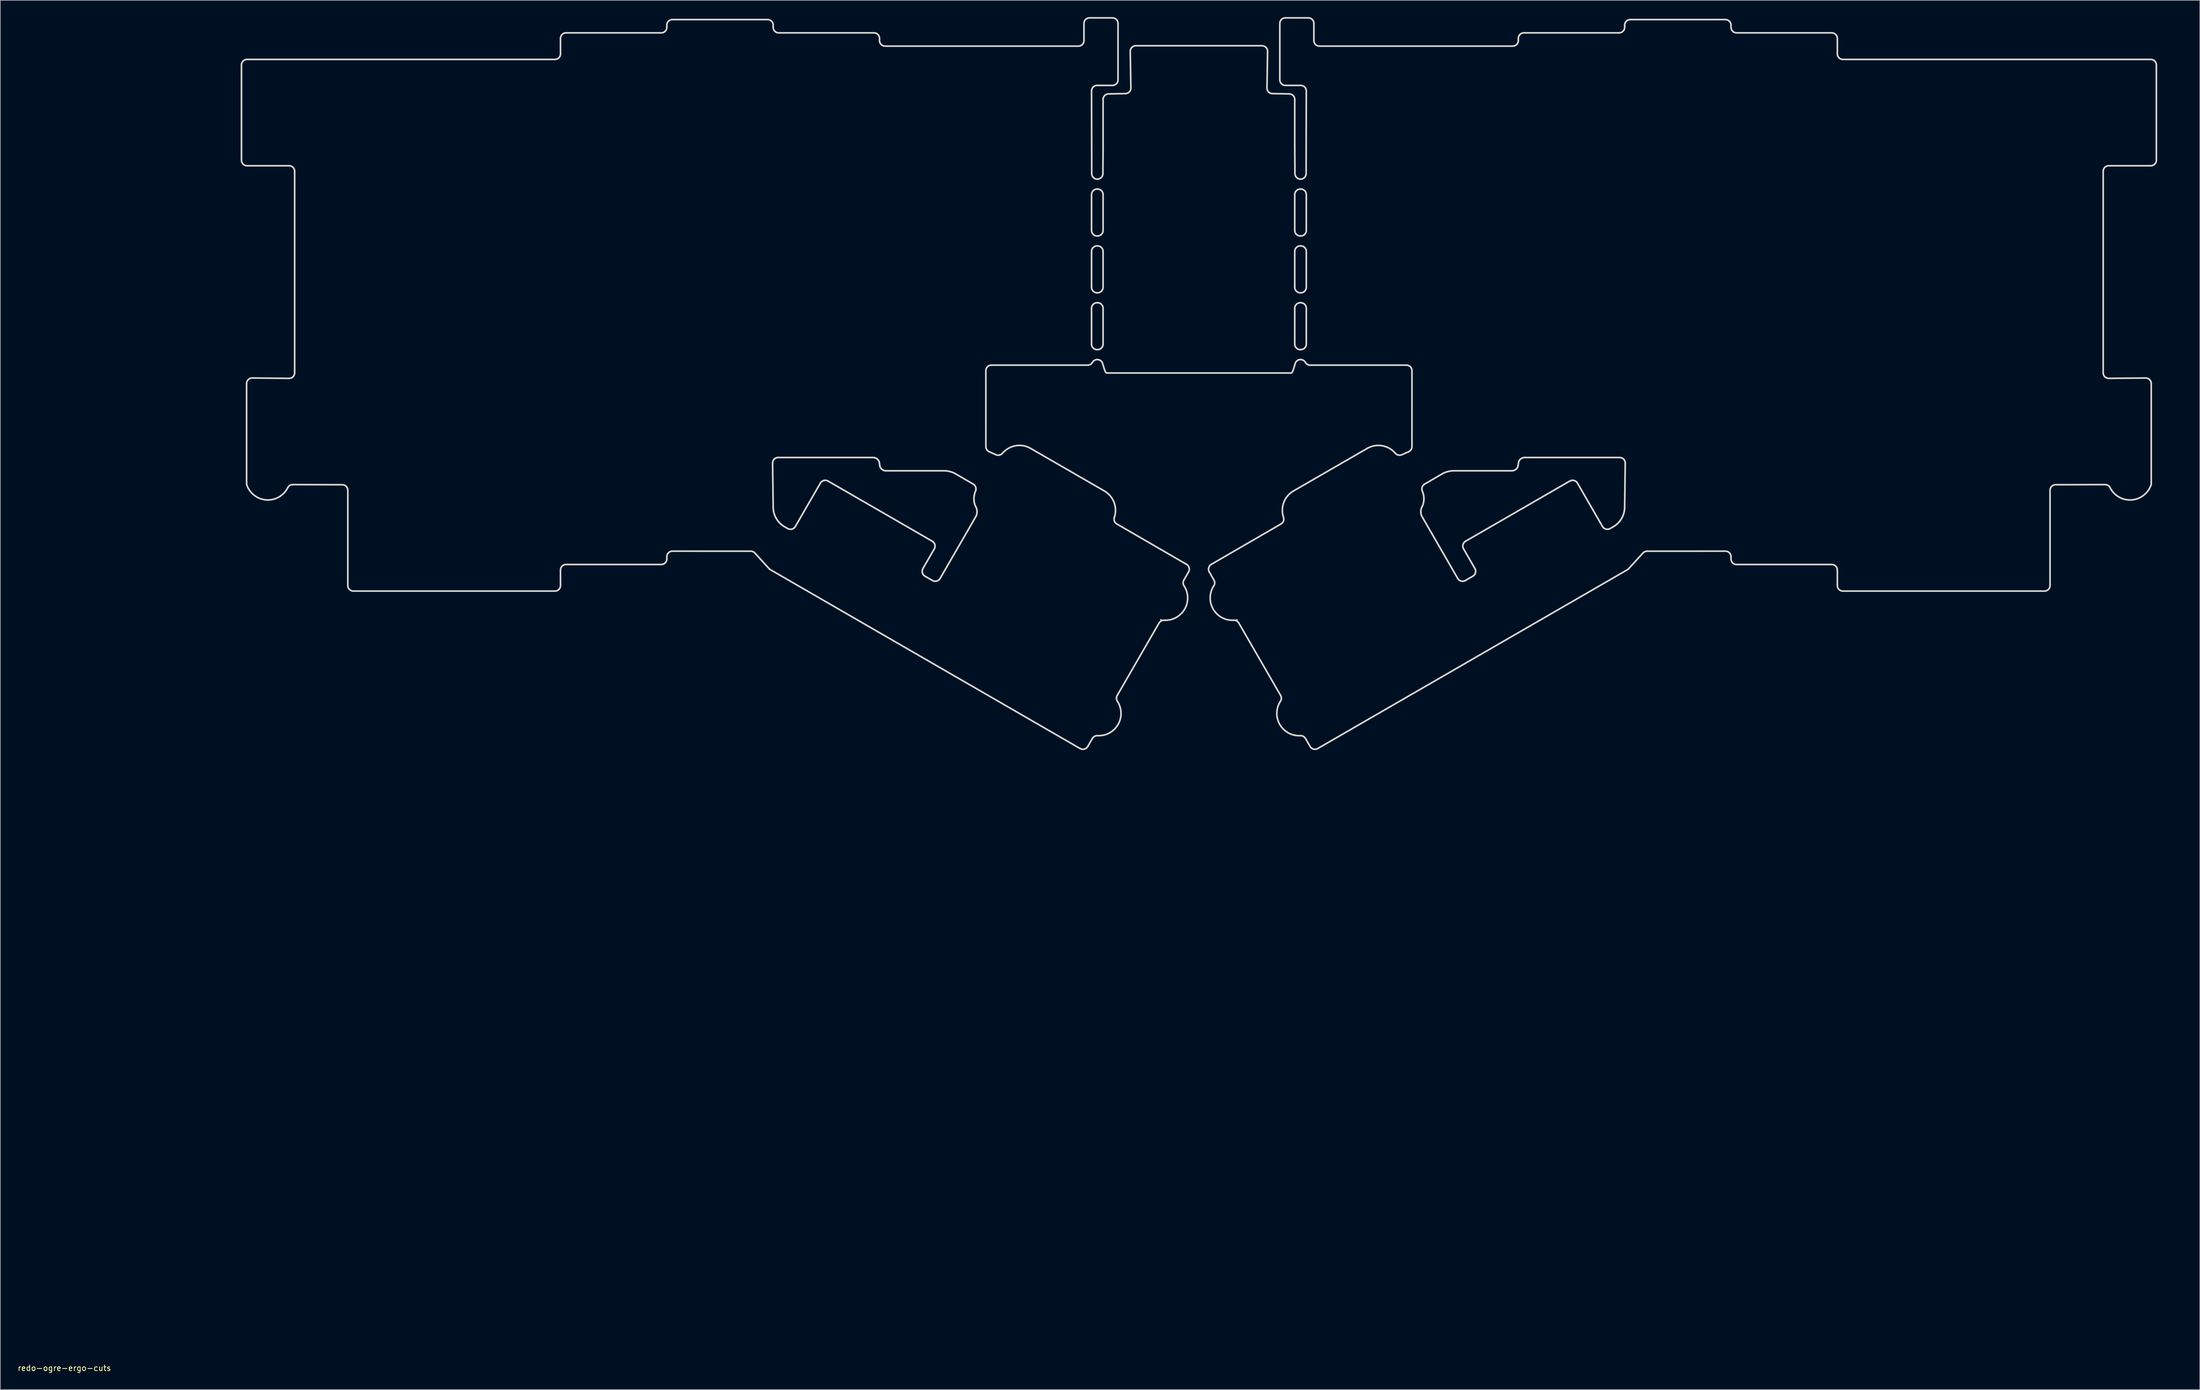
<source format=kicad_pcb>
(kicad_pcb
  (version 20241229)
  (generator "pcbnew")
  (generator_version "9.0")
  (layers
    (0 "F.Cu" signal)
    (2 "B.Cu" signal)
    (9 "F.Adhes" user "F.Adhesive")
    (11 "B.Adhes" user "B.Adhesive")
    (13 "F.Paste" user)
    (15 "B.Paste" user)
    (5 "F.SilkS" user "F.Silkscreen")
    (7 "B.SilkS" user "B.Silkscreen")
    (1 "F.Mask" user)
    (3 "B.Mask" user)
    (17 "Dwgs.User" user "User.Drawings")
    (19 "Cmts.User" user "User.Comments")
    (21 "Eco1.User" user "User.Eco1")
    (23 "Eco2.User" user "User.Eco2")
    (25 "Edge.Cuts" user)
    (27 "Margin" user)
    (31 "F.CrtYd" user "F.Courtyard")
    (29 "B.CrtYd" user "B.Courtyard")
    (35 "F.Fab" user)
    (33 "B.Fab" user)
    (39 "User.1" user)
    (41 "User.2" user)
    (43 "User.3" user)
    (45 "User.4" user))
  (footprint "redo-ogre-ergo-cuts"
    (layer "F.Cu")
    (at 8.482 241.552)
    (property "Reference" "redo-ogre-ergo-cuts" (at 0 0.5 0) (layer "F.SilkS") (effects (font (size 1 1) (thickness 0.15))))
    (attr through_hole)
    (fp_line (start 26.957 -176.807) (end 69.82 -176.807) (stroke (width 0.3) (type solid)) (layer "Eco1.User"))
    (fp_line (start 26.957 -176.807) (end 69.82 -176.807) (stroke (width 0.3) (type solid)) (layer "Eco1.User"))
    (fp_line (start 26.957 -157.757) (end 26.957 -176.807) (stroke (width 0.3) (type solid)) (layer "Eco1.User"))
    (fp_line (start 26.957 -157.757) (end 26.957 -176.807) (stroke (width 0.3) (type solid)) (layer "Eco1.User"))
    (fp_line (start 31.725 -233.957) (end 50.775 -233.957) (stroke (width 0.3) (type solid)) (layer "Eco1.User"))
    (fp_line (start 31.725 -233.957) (end 50.775 -233.957) (stroke (width 0.3) (type solid)) (layer "Eco1.User"))
    (fp_line (start 31.725 -214.907) (end 31.725 -233.957) (stroke (width 0.3) (type solid)) (layer "Eco1.User"))
    (fp_line (start 31.725 -214.907) (end 31.725 -233.957) (stroke (width 0.3) (type solid)) (layer "Eco1.User"))
    (fp_line (start 50.775 -214.907) (end 31.725 -214.907) (stroke (width 0.3) (type solid)) (layer "Eco1.User"))
    (fp_line (start 50.775 -214.907) (end 31.725 -214.907) (stroke (width 0.3) (type solid)) (layer "Eco1.User"))
    (fp_line (start 50.775 -214.907) (end 50.775 -233.957) (stroke (width 0.3) (type solid)) (layer "Eco1.User"))
    (fp_line (start 50.775 -214.907) (end 50.775 -233.957) (stroke (width 0.3) (type solid)) (layer "Eco1.User"))
    (fp_line (start 50.775 -157.757) (end 69.825 -157.757) (stroke (width 0.3) (type solid)) (layer "Eco1.User"))
    (fp_line (start 50.775 -157.757) (end 69.825 -157.757) (stroke (width 0.3) (type solid)) (layer "Eco1.User"))
    (fp_line (start 50.775 -138.707) (end 50.775 -157.757) (stroke (width 0.3) (type solid)) (layer "Eco1.User"))
    (fp_line (start 50.775 -138.707) (end 50.775 -157.757) (stroke (width 0.3) (type solid)) (layer "Eco1.User"))
    (fp_line (start 69.82 -157.757) (end 26.957 -157.757) (stroke (width 0.3) (type solid)) (layer "Eco1.User"))
    (fp_line (start 69.82 -157.757) (end 26.957 -157.757) (stroke (width 0.3) (type solid)) (layer "Eco1.User"))
    (fp_line (start 69.825 -157.757) (end 69.825 -176.807) (stroke (width 0.3) (type solid)) (layer "Eco1.User"))
    (fp_line (start 69.825 -157.757) (end 69.825 -176.807) (stroke (width 0.3) (type solid)) (layer "Eco1.User"))
    (fp_line (start 69.825 -138.707) (end 50.775 -138.707) (stroke (width 0.3) (type solid)) (layer "Eco1.User"))
    (fp_line (start 69.825 -138.707) (end 50.775 -138.707) (stroke (width 0.3) (type solid)) (layer "Eco1.User"))
    (fp_line (start 69.825 -138.707) (end 69.825 -157.757) (stroke (width 0.3) (type solid)) (layer "Eco1.User"))
    (fp_line (start 69.825 -138.707) (end 69.825 -157.757) (stroke (width 0.3) (type solid)) (layer "Eco1.User"))
    (fp_line (start 165.075 -236.337) (end 165.075 -217.287) (stroke (width 0.152) (type solid)) (layer "Eco1.User"))
    (fp_line (start 165.075 -236.337) (end 184.125 -236.337) (stroke (width 0.152) (type solid)) (layer "Eco1.User"))
    (fp_line (start 165.075 -198.237) (end 165.075 -179.187) (stroke (width 0.3) (type solid)) (layer "Eco1.User"))
    (fp_line (start 165.075 -198.237) (end 165.075 -179.187) (stroke (width 0.3) (type solid)) (layer "Eco1.User"))
    (fp_line (start 166.327 -119.52) (end 180.614 -144.267) (stroke (width 0.3) (type solid)) (layer "Eco1.User"))
    (fp_line (start 166.327 -119.52) (end 180.614 -144.267) (stroke (width 0.3) (type solid)) (layer "Eco1.User"))
    (fp_line (start 180.614 -144.267) (end 197.112 -134.742) (stroke (width 0.3) (type solid)) (layer "Eco1.User"))
    (fp_line (start 180.614 -144.267) (end 197.112 -134.742) (stroke (width 0.3) (type solid)) (layer "Eco1.User"))
    (fp_line (start 182.824 -109.995) (end 166.327 -119.52) (stroke (width 0.3) (type solid)) (layer "Eco1.User"))
    (fp_line (start 182.824 -109.995) (end 166.327 -119.52) (stroke (width 0.3) (type solid)) (layer "Eco1.User"))
    (fp_line (start 184.125 -236.337) (end 184.125 -217.287) (stroke (width 0.152) (type solid)) (layer "Eco1.User"))
    (fp_line (start 184.125 -217.287) (end 165.075 -217.287) (stroke (width 0.152) (type solid)) (layer "Eco1.User"))
    (fp_line (start 184.125 -198.237) (end 165.075 -198.237) (stroke (width 0.3) (type solid)) (layer "Eco1.User"))
    (fp_line (start 184.125 -198.237) (end 165.075 -198.237) (stroke (width 0.3) (type solid)) (layer "Eco1.User"))
    (fp_line (start 184.125 -198.237) (end 184.125 -179.187) (stroke (width 0.3) (type solid)) (layer "Eco1.User"))
    (fp_line (start 184.125 -198.237) (end 184.125 -179.187) (stroke (width 0.3) (type solid)) (layer "Eco1.User"))
    (fp_line (start 184.125 -179.187) (end 165.075 -179.187) (stroke (width 0.3) (type solid)) (layer "Eco1.User"))
    (fp_line (start 184.125 -179.187) (end 165.075 -179.187) (stroke (width 0.3) (type solid)) (layer "Eco1.User"))
    (fp_line (start 197.112 -134.742) (end 182.824 -109.995) (stroke (width 0.3) (type solid)) (layer "Eco1.User"))
    (fp_line (start 197.112 -134.742) (end 182.824 -109.995) (stroke (width 0.3) (type solid)) (layer "Eco1.User"))
    (fp_line (start 209.225 -134.742) (end 225.725 -144.267) (stroke (width 0.3) (type solid)) (layer "Eco1.User"))
    (fp_line (start 209.225 -134.742) (end 225.725 -144.267) (stroke (width 0.3) (type solid)) (layer "Eco1.User"))
    (fp_line (start 222.225 -236.337) (end 241.275 -236.337) (stroke (width 0.3) (type solid)) (layer "Eco1.User"))
    (fp_line (start 222.225 -236.337) (end 241.275 -236.337) (stroke (width 0.3) (type solid)) (layer "Eco1.User"))
    (fp_line (start 222.225 -217.287) (end 222.225 -236.337) (stroke (width 0.3) (type solid)) (layer "Eco1.User"))
    (fp_line (start 222.225 -217.287) (end 222.225 -236.337) (stroke (width 0.3) (type solid)) (layer "Eco1.User"))
    (fp_line (start 222.225 -179.187) (end 222.225 -198.237) (stroke (width 0.3) (type solid)) (layer "Eco1.User"))
    (fp_line (start 222.225 -179.187) (end 222.225 -198.237) (stroke (width 0.3) (type solid)) (layer "Eco1.User"))
    (fp_line (start 223.512 -109.995) (end 209.225 -134.742) (stroke (width 0.3) (type solid)) (layer "Eco1.User"))
    (fp_line (start 223.512 -109.995) (end 209.225 -134.742) (stroke (width 0.3) (type solid)) (layer "Eco1.User"))
    (fp_line (start 225.725 -144.267) (end 240.012 -119.52) (stroke (width 0.3) (type solid)) (layer "Eco1.User"))
    (fp_line (start 225.725 -144.267) (end 240.012 -119.52) (stroke (width 0.3) (type solid)) (layer "Eco1.User"))
    (fp_line (start 240.012 -119.52) (end 223.512 -109.995) (stroke (width 0.3) (type solid)) (layer "Eco1.User"))
    (fp_line (start 240.012 -119.52) (end 223.512 -109.995) (stroke (width 0.3) (type solid)) (layer "Eco1.User"))
    (fp_line (start 241.275 -236.337) (end 241.275 -217.287) (stroke (width 0.3) (type solid)) (layer "Eco1.User"))
    (fp_line (start 241.275 -236.337) (end 241.275 -217.287) (stroke (width 0.3) (type solid)) (layer "Eco1.User"))
    (fp_line (start 241.275 -217.287) (end 222.225 -217.287) (stroke (width 0.3) (type solid)) (layer "Eco1.User"))
    (fp_line (start 241.275 -217.287) (end 222.225 -217.287) (stroke (width 0.3) (type solid)) (layer "Eco1.User"))
    (fp_line (start 241.275 -198.237) (end 222.225 -198.237) (stroke (width 0.3) (type solid)) (layer "Eco1.User"))
    (fp_line (start 241.275 -198.237) (end 222.225 -198.237) (stroke (width 0.3) (type solid)) (layer "Eco1.User"))
    (fp_line (start 241.275 -179.187) (end 222.225 -179.187) (stroke (width 0.3) (type solid)) (layer "Eco1.User"))
    (fp_line (start 241.275 -179.187) (end 222.225 -179.187) (stroke (width 0.3) (type solid)) (layer "Eco1.User"))
    (fp_line (start 241.275 -179.187) (end 241.275 -198.237) (stroke (width 0.3) (type solid)) (layer "Eco1.User"))
    (fp_line (start 241.275 -179.187) (end 241.275 -198.237) (stroke (width 0.3) (type solid)) (layer "Eco1.User"))
    (fp_line (start 336.525 -176.807) (end 336.525 -157.757) (stroke (width 0.3) (type solid)) (layer "Eco1.User"))
    (fp_line (start 336.525 -176.807) (end 336.525 -157.757) (stroke (width 0.3) (type solid)) (layer "Eco1.User"))
    (fp_line (start 336.525 -157.757) (end 336.525 -138.707) (stroke (width 0.3) (type solid)) (layer "Eco1.User"))
    (fp_line (start 336.525 -157.757) (end 336.525 -138.707) (stroke (width 0.3) (type solid)) (layer "Eco1.User"))
    (fp_line (start 336.525 -157.757) (end 355.575 -157.757) (stroke (width 0.3) (type solid)) (layer "Eco1.User"))
    (fp_line (start 336.525 -157.757) (end 355.575 -157.757) (stroke (width 0.3) (type solid)) (layer "Eco1.User"))
    (fp_line (start 336.527 -176.807) (end 379.39 -176.807) (stroke (width 0.3) (type solid)) (layer "Eco1.User"))
    (fp_line (start 336.527 -176.807) (end 379.39 -176.807) (stroke (width 0.3) (type solid)) (layer "Eco1.User"))
    (fp_line (start 355.575 -233.957) (end 355.575 -214.907) (stroke (width 0.3) (type solid)) (layer "Eco1.User"))
    (fp_line (start 355.575 -233.957) (end 355.575 -214.907) (stroke (width 0.3) (type solid)) (layer "Eco1.User"))
    (fp_line (start 355.575 -233.957) (end 374.625 -233.957) (stroke (width 0.3) (type solid)) (layer "Eco1.User"))
    (fp_line (start 355.575 -233.957) (end 374.625 -233.957) (stroke (width 0.3) (type solid)) (layer "Eco1.User"))
    (fp_line (start 355.575 -157.757) (end 355.575 -138.707) (stroke (width 0.3) (type solid)) (layer "Eco1.User"))
    (fp_line (start 355.575 -157.757) (end 355.575 -138.707) (stroke (width 0.3) (type solid)) (layer "Eco1.User"))
    (fp_line (start 355.575 -138.707) (end 336.525 -138.707) (stroke (width 0.3) (type solid)) (layer "Eco1.User"))
    (fp_line (start 355.575 -138.707) (end 336.525 -138.707) (stroke (width 0.3) (type solid)) (layer "Eco1.User"))
    (fp_line (start 374.625 -233.957) (end 374.625 -214.907) (stroke (width 0.3) (type solid)) (layer "Eco1.User"))
    (fp_line (start 374.625 -233.957) (end 374.625 -214.907) (stroke (width 0.3) (type solid)) (layer "Eco1.User"))
    (fp_line (start 374.625 -214.907) (end 355.575 -214.907) (stroke (width 0.3) (type solid)) (layer "Eco1.User"))
    (fp_line (start 374.625 -214.907) (end 355.575 -214.907) (stroke (width 0.3) (type solid)) (layer "Eco1.User"))
    (fp_line (start 379.39 -176.807) (end 379.39 -157.757) (stroke (width 0.3) (type solid)) (layer "Eco1.User"))
    (fp_line (start 379.39 -176.807) (end 379.39 -157.757) (stroke (width 0.3) (type solid)) (layer "Eco1.User"))
    (fp_line (start 379.39 -157.757) (end 336.527 -157.757) (stroke (width 0.3) (type solid)) (layer "Eco1.User"))
    (fp_line (start 379.39 -157.757) (end 336.527 -157.757) (stroke (width 0.3) (type solid)) (layer "Eco1.User"))
    (fp_line (start 126.87 -161.635) (end 126.903 -161.902) (stroke (width 0.3) (type solid)) (layer "Edge.Cuts"))
    (fp_line (start 126.883 -160.658) (end 126.87 -161.635) (stroke (width 0.3) (type solid)) (layer "Edge.Cuts"))
    (fp_line (start 126.903 -161.902) (end 126.987 -162.118) (stroke (width 0.3) (type solid)) (layer "Edge.Cuts"))
    (fp_line (start 126.942 -156.261) (end 126.883 -160.658) (stroke (width 0.3) (type solid)) (layer "Edge.Cuts"))
    (fp_line (start 126.977 -153.82) (end 126.942 -156.261) (stroke (width 0.3) (type solid)) (layer "Edge.Cuts"))
    (fp_line (start 126.977 -153.662) (end 126.977 -153.82) (stroke (width 0.3) (type solid)) (layer "Edge.Cuts"))
    (fp_line (start 126.987 -162.118) (end 127.112 -162.296) (stroke (width 0.3) (type solid)) (layer "Edge.Cuts"))
    (fp_line (start 126.992 -153.375) (end 126.977 -153.662) (stroke (width 0.3) (type solid)) (layer "Edge.Cuts"))
    (fp_line (start 127.028 -153.109) (end 126.992 -153.375) (stroke (width 0.3) (type solid)) (layer "Edge.Cuts"))
    (fp_line (start 127.076 -152.855) (end 127.028 -153.109) (stroke (width 0.3) (type solid)) (layer "Edge.Cuts"))
    (fp_line (start 127.112 -162.296) (end 127.267 -162.441) (stroke (width 0.3) (type solid)) (layer "Edge.Cuts"))
    (fp_line (start 127.14 -152.616) (end 127.076 -152.855) (stroke (width 0.3) (type solid)) (layer "Edge.Cuts"))
    (fp_line (start 127.213 -152.387) (end 127.14 -152.616) (stroke (width 0.3) (type solid)) (layer "Edge.Cuts"))
    (fp_line (start 127.267 -162.441) (end 127.457 -162.55) (stroke (width 0.3) (type solid)) (layer "Edge.Cuts"))
    (fp_line (start 127.297 -152.171) (end 127.213 -152.387) (stroke (width 0.3) (type solid)) (layer "Edge.Cuts"))
    (fp_line (start 127.394 -151.963) (end 127.297 -152.171) (stroke (width 0.3) (type solid)) (layer "Edge.Cuts"))
    (fp_line (start 127.457 -162.55) (end 127.688 -162.621) (stroke (width 0.3) (type solid)) (layer "Edge.Cuts"))
    (fp_line (start 127.498 -151.765) (end 127.394 -151.963) (stroke (width 0.3) (type solid)) (layer "Edge.Cuts"))
    (fp_line (start 127.612 -151.572) (end 127.498 -151.765) (stroke (width 0.3) (type solid)) (layer "Edge.Cuts"))
    (fp_line (start 127.688 -162.621) (end 127.856 -162.636) (stroke (width 0.3) (type solid)) (layer "Edge.Cuts"))
    (fp_line (start 127.734 -151.392) (end 127.612 -151.572) (stroke (width 0.3) (type solid)) (layer "Edge.Cuts"))
    (fp_line (start 127.856 -162.636) (end 144.907 -162.636) (stroke (width 0.3) (type solid)) (layer "Edge.Cuts"))
    (fp_line (start 127.866 -151.216) (end 127.734 -151.392) (stroke (width 0.3) (type solid)) (layer "Edge.Cuts"))
    (fp_line (start 128.006 -151.051) (end 127.866 -151.216) (stroke (width 0.3) (type solid)) (layer "Edge.Cuts"))
    (fp_line (start 128.153 -150.896) (end 128.006 -151.051) (stroke (width 0.3) (type solid)) (layer "Edge.Cuts"))
    (fp_line (start 128.306 -150.749) (end 128.153 -150.896) (stroke (width 0.3) (type solid)) (layer "Edge.Cuts"))
    (fp_line (start 128.471 -150.607) (end 128.306 -150.749) (stroke (width 0.3) (type solid)) (layer "Edge.Cuts"))
    (fp_line (start 128.643 -150.475) (end 128.471 -150.607) (stroke (width 0.3) (type solid)) (layer "Edge.Cuts"))
    (fp_line (start 128.821 -150.35) (end 128.643 -150.475) (stroke (width 0.3) (type solid)) (layer "Edge.Cuts"))
    (fp_line (start 129.009 -150.236) (end 128.821 -150.35) (stroke (width 0.3) (type solid)) (layer "Edge.Cuts"))
    (fp_line (start 129.009 -150.236) (end 129.009 -150.236) (stroke (width 0.3) (type solid)) (layer "Edge.Cuts"))
    (fp_line (start 129.576 -149.908) (end 129.009 -150.236) (stroke (width 0.3) (type solid)) (layer "Edge.Cuts"))
    (fp_line (start 129.692 -149.852) (end 129.576 -149.908) (stroke (width 0.3) (type solid)) (layer "Edge.Cuts"))
    (fp_line (start 129.926 -149.786) (end 129.692 -149.852) (stroke (width 0.3) (type solid)) (layer "Edge.Cuts"))
    (fp_line (start 130.226 -149.786) (end 129.926 -149.786) (stroke (width 0.3) (type solid)) (layer "Edge.Cuts"))
    (fp_line (start 130.462 -149.852) (end 130.226 -149.786) (stroke (width 0.3) (type solid)) (layer "Edge.Cuts"))
    (fp_line (start 130.655 -149.962) (end 130.462 -149.852) (stroke (width 0.3) (type solid)) (layer "Edge.Cuts"))
    (fp_line (start 130.815 -150.101) (end 130.655 -149.962) (stroke (width 0.3) (type solid)) (layer "Edge.Cuts"))
    (fp_line (start 130.942 -150.274) (end 130.815 -150.101) (stroke (width 0.3) (type solid)) (layer "Edge.Cuts"))
    (fp_line (start 131.503 -151.247) (end 130.942 -150.274) (stroke (width 0.3) (type solid)) (layer "Edge.Cuts"))
    (fp_line (start 134.874 -157.084) (end 131.503 -151.247) (stroke (width 0.3) (type solid)) (layer "Edge.Cuts"))
    (fp_line (start 135.435 -158.057) (end 134.874 -157.084) (stroke (width 0.3) (type solid)) (layer "Edge.Cuts"))
    (fp_line (start 135.509 -158.166) (end 135.435 -158.057) (stroke (width 0.3) (type solid)) (layer "Edge.Cuts"))
    (fp_line (start 135.656 -158.321) (end 135.509 -158.166) (stroke (width 0.3) (type solid)) (layer "Edge.Cuts"))
    (fp_line (start 135.837 -158.44) (end 135.656 -158.321) (stroke (width 0.3) (type solid)) (layer "Edge.Cuts"))
    (fp_line (start 136.053 -158.524) (end 135.837 -158.44) (stroke (width 0.3) (type solid)) (layer "Edge.Cuts"))
    (fp_line (start 136.329 -158.554) (end 136.053 -158.524) (stroke (width 0.3) (type solid)) (layer "Edge.Cuts"))
    (fp_line (start 136.588 -158.514) (end 136.329 -158.554) (stroke (width 0.3) (type solid)) (layer "Edge.Cuts"))
    (fp_line (start 136.799 -158.422) (end 136.588 -158.514) (stroke (width 0.3) (type solid)) (layer "Edge.Cuts"))
    (fp_line (start 136.799 -158.422) (end 136.799 -158.422) (stroke (width 0.3) (type solid)) (layer "Edge.Cuts"))
    (fp_line (start 144.907 -162.636) (end 144.907 -162.636) (stroke (width 0.3) (type solid)) (layer "Edge.Cuts"))
    (fp_line (start 144.907 -162.636) (end 145.171 -162.601) (stroke (width 0.3) (type solid)) (layer "Edge.Cuts"))
    (fp_line (start 145.171 -162.601) (end 145.39 -162.517) (stroke (width 0.3) (type solid)) (layer "Edge.Cuts"))
    (fp_line (start 145.39 -162.517) (end 145.575 -162.4) (stroke (width 0.3) (type solid)) (layer "Edge.Cuts"))
    (fp_line (start 145.575 -162.4) (end 145.73 -162.258) (stroke (width 0.3) (type solid)) (layer "Edge.Cuts"))
    (fp_line (start 145.73 -162.258) (end 145.859 -162.085) (stroke (width 0.3) (type solid)) (layer "Edge.Cuts"))
    (fp_line (start 145.859 -162.085) (end 145.956 -161.882) (stroke (width 0.3) (type solid)) (layer "Edge.Cuts"))
    (fp_line (start 145.956 -161.882) (end 146.012 -161.641) (stroke (width 0.3) (type solid)) (layer "Edge.Cuts"))
    (fp_line (start 146.012 -161.641) (end 146.055 -161.249) (stroke (width 0.3) (type solid)) (layer "Edge.Cuts"))
    (fp_line (start 146.055 -161.249) (end 146.055 -161.249) (stroke (width 0.3) (type solid)) (layer "Edge.Cuts"))
    (fp_line (start 146.055 -161.249) (end 146.111 -161.003) (stroke (width 0.3) (type solid)) (layer "Edge.Cuts"))
    (fp_line (start 146.111 -161.003) (end 146.21 -160.8) (stroke (width 0.3) (type solid)) (layer "Edge.Cuts"))
    (fp_line (start 146.21 -160.8) (end 146.34 -160.63) (stroke (width 0.3) (type solid)) (layer "Edge.Cuts"))
    (fp_line (start 146.34 -160.63) (end 146.5 -160.485) (stroke (width 0.3) (type solid)) (layer "Edge.Cuts"))
    (fp_line (start 146.5 -160.485) (end 146.685 -160.368) (stroke (width 0.3) (type solid)) (layer "Edge.Cuts"))
    (fp_line (start 146.685 -160.368) (end 146.903 -160.287) (stroke (width 0.3) (type solid)) (layer "Edge.Cuts"))
    (fp_line (start 146.903 -160.287) (end 147.16 -160.256) (stroke (width 0.3) (type solid)) (layer "Edge.Cuts"))
    (fp_line (start 147.16 -160.256) (end 157.716 -160.256) (stroke (width 0.3) (type solid)) (layer "Edge.Cuts"))
    (fp_line (start 153.675 -142.098) (end 153.678 -142.397) (stroke (width 0.3) (type solid)) (layer "Edge.Cuts"))
    (fp_line (start 153.678 -142.397) (end 153.744 -142.631) (stroke (width 0.3) (type solid)) (layer "Edge.Cuts"))
    (fp_line (start 153.741 -141.862) (end 153.675 -142.098) (stroke (width 0.3) (type solid)) (layer "Edge.Cuts"))
    (fp_line (start 153.744 -142.631) (end 153.797 -142.74) (stroke (width 0.3) (type solid)) (layer "Edge.Cuts"))
    (fp_line (start 153.797 -142.74) (end 155.839 -146.276) (stroke (width 0.3) (type solid)) (layer "Edge.Cuts"))
    (fp_line (start 153.848 -141.666) (end 153.741 -141.862) (stroke (width 0.3) (type solid)) (layer "Edge.Cuts"))
    (fp_line (start 153.99 -141.503) (end 153.848 -141.666) (stroke (width 0.3) (type solid)) (layer "Edge.Cuts"))
    (fp_line (start 154.165 -141.376) (end 153.99 -141.503) (stroke (width 0.3) (type solid)) (layer "Edge.Cuts"))
    (fp_line (start 154.206 -141.351) (end 154.165 -141.376) (stroke (width 0.3) (type solid)) (layer "Edge.Cuts"))
    (fp_line (start 154.584 -141.133) (end 154.206 -141.351) (stroke (width 0.3) (type solid)) (layer "Edge.Cuts"))
    (fp_line (start 155.471 -147.64) (end 136.799 -158.422) (stroke (width 0.3) (type solid)) (layer "Edge.Cuts"))
    (fp_line (start 155.511 -140.597) (end 154.584 -141.133) (stroke (width 0.3) (type solid)) (layer "Edge.Cuts"))
    (fp_line (start 155.585 -147.566) (end 155.471 -147.64) (stroke (width 0.3) (type solid)) (layer "Edge.Cuts"))
    (fp_line (start 155.626 -140.541) (end 155.511 -140.597) (stroke (width 0.3) (type solid)) (layer "Edge.Cuts"))
    (fp_line (start 155.74 -147.417) (end 155.585 -147.566) (stroke (width 0.3) (type solid)) (layer "Edge.Cuts"))
    (fp_line (start 155.839 -146.276) (end 155.839 -146.276) (stroke (width 0.3) (type solid)) (layer "Edge.Cuts"))
    (fp_line (start 155.839 -146.276) (end 155.928 -146.484) (stroke (width 0.3) (type solid)) (layer "Edge.Cuts"))
    (fp_line (start 155.859 -147.234) (end 155.74 -147.417) (stroke (width 0.3) (type solid)) (layer "Edge.Cuts"))
    (fp_line (start 155.859 -140.475) (end 155.626 -140.541) (stroke (width 0.3) (type solid)) (layer "Edge.Cuts"))
    (fp_line (start 155.928 -146.484) (end 155.971 -146.743) (stroke (width 0.3) (type solid)) (layer "Edge.Cuts"))
    (fp_line (start 155.941 -147.015) (end 155.859 -147.234) (stroke (width 0.3) (type solid)) (layer "Edge.Cuts"))
    (fp_line (start 155.971 -146.743) (end 155.941 -147.015) (stroke (width 0.3) (type solid)) (layer "Edge.Cuts"))
    (fp_line (start 156.162 -140.477) (end 155.859 -140.475) (stroke (width 0.3) (type solid)) (layer "Edge.Cuts"))
    (fp_line (start 156.395 -140.543) (end 156.162 -140.477) (stroke (width 0.3) (type solid)) (layer "Edge.Cuts"))
    (fp_line (start 156.591 -140.65) (end 156.395 -140.543) (stroke (width 0.3) (type solid)) (layer "Edge.Cuts"))
    (fp_line (start 156.748 -140.79) (end 156.591 -140.65) (stroke (width 0.3) (type solid)) (layer "Edge.Cuts"))
    (fp_line (start 156.875 -140.965) (end 156.748 -140.79) (stroke (width 0.3) (type solid)) (layer "Edge.Cuts"))
    (fp_line (start 156.875 -140.965) (end 156.875 -140.965) (stroke (width 0.3) (type solid)) (layer "Edge.Cuts"))
    (fp_line (start 157.716 -160.256) (end 158.006 -160.238) (stroke (width 0.3) (type solid)) (layer "Edge.Cuts"))
    (fp_line (start 158.006 -160.238) (end 158.267 -160.2) (stroke (width 0.3) (type solid)) (layer "Edge.Cuts"))
    (fp_line (start 158.267 -160.2) (end 158.519 -160.147) (stroke (width 0.3) (type solid)) (layer "Edge.Cuts"))
    (fp_line (start 158.519 -160.147) (end 158.758 -160.086) (stroke (width 0.3) (type solid)) (layer "Edge.Cuts"))
    (fp_line (start 158.758 -160.086) (end 158.986 -160.012) (stroke (width 0.3) (type solid)) (layer "Edge.Cuts"))
    (fp_line (start 158.986 -160.012) (end 159.207 -159.931) (stroke (width 0.3) (type solid)) (layer "Edge.Cuts"))
    (fp_line (start 159.207 -159.931) (end 159.415 -159.84) (stroke (width 0.3) (type solid)) (layer "Edge.Cuts"))
    (fp_line (start 159.415 -159.84) (end 159.581 -159.753) (stroke (width 0.3) (type solid)) (layer "Edge.Cuts"))
    (fp_line (start 159.581 -159.753) (end 162.811 -157.874) (stroke (width 0.3) (type solid)) (layer "Edge.Cuts"))
    (fp_line (start 162.811 -157.874) (end 162.811 -157.874) (stroke (width 0.3) (type solid)) (layer "Edge.Cuts"))
    (fp_line (start 162.811 -157.874) (end 162.984 -157.744) (stroke (width 0.3) (type solid)) (layer "Edge.Cuts"))
    (fp_line (start 162.938 -155.237) (end 162.951 -154.948) (stroke (width 0.3) (type solid)) (layer "Edge.Cuts"))
    (fp_line (start 162.941 -155.39) (end 162.938 -155.237) (stroke (width 0.3) (type solid)) (layer "Edge.Cuts"))
    (fp_line (start 162.951 -154.948) (end 162.984 -154.683) (stroke (width 0.3) (type solid)) (layer "Edge.Cuts"))
    (fp_line (start 162.964 -155.669) (end 162.941 -155.39) (stroke (width 0.3) (type solid)) (layer "Edge.Cuts"))
    (fp_line (start 162.984 -157.744) (end 163.126 -157.584) (stroke (width 0.3) (type solid)) (layer "Edge.Cuts"))
    (fp_line (start 162.984 -154.683) (end 163.038 -154.432) (stroke (width 0.3) (type solid)) (layer "Edge.Cuts"))
    (fp_line (start 163.007 -155.928) (end 162.964 -155.669) (stroke (width 0.3) (type solid)) (layer "Edge.Cuts"))
    (fp_line (start 163.038 -154.432) (end 163.104 -154.201) (stroke (width 0.3) (type solid)) (layer "Edge.Cuts"))
    (fp_line (start 163.065 -156.172) (end 163.007 -155.928) (stroke (width 0.3) (type solid)) (layer "Edge.Cuts"))
    (fp_line (start 163.104 -154.201) (end 163.187 -153.982) (stroke (width 0.3) (type solid)) (layer "Edge.Cuts"))
    (fp_line (start 163.126 -157.584) (end 163.231 -157.389) (stroke (width 0.3) (type solid)) (layer "Edge.Cuts"))
    (fp_line (start 163.137 -156.403) (end 163.065 -156.172) (stroke (width 0.3) (type solid)) (layer "Edge.Cuts"))
    (fp_line (start 163.187 -153.982) (end 163.276 -153.802) (stroke (width 0.3) (type solid)) (layer "Edge.Cuts"))
    (fp_line (start 163.223 -156.619) (end 163.137 -156.403) (stroke (width 0.3) (type solid)) (layer "Edge.Cuts"))
    (fp_line (start 163.223 -156.619) (end 163.223 -156.619) (stroke (width 0.3) (type solid)) (layer "Edge.Cuts"))
    (fp_line (start 163.231 -157.389) (end 163.294 -157.15) (stroke (width 0.3) (type solid)) (layer "Edge.Cuts"))
    (fp_line (start 163.276 -153.802) (end 163.375 -153.601) (stroke (width 0.3) (type solid)) (layer "Edge.Cuts"))
    (fp_line (start 163.292 -156.853) (end 163.223 -156.619) (stroke (width 0.3) (type solid)) (layer "Edge.Cuts"))
    (fp_line (start 163.292 -152.08) (end 156.875 -140.965) (stroke (width 0.3) (type solid)) (layer "Edge.Cuts"))
    (fp_line (start 163.294 -157.15) (end 163.292 -156.853) (stroke (width 0.3) (type solid)) (layer "Edge.Cuts"))
    (fp_line (start 163.302 -152.095) (end 163.292 -152.08) (stroke (width 0.3) (type solid)) (layer "Edge.Cuts"))
    (fp_line (start 163.375 -153.601) (end 163.444 -153.37) (stroke (width 0.3) (type solid)) (layer "Edge.Cuts"))
    (fp_line (start 163.393 -152.303) (end 163.302 -152.095) (stroke (width 0.3) (type solid)) (layer "Edge.Cuts"))
    (fp_line (start 163.444 -153.37) (end 163.485 -153.111) (stroke (width 0.3) (type solid)) (layer "Edge.Cuts"))
    (fp_line (start 163.457 -152.54) (end 163.393 -152.303) (stroke (width 0.3) (type solid)) (layer "Edge.Cuts"))
    (fp_line (start 163.485 -153.111) (end 163.492 -152.814) (stroke (width 0.3) (type solid)) (layer "Edge.Cuts"))
    (fp_line (start 163.492 -152.814) (end 163.457 -152.54) (stroke (width 0.3) (type solid)) (layer "Edge.Cuts"))
    (fp_line (start 196.43 -133.557) (end 196.43 -133.557) (stroke (width 0.3) (type solid)) (layer "Edge.Cuts"))
    (fp_line (start 210.053 -133.557) (end 210.053 -133.557) (stroke (width 0.3) (type solid)) (layer "Edge.Cuts"))
    (fp_line (start 242.992 -152.814) (end 242.999 -153.111) (stroke (width 0.3) (type solid)) (layer "Edge.Cuts"))
    (fp_line (start 242.999 -153.111) (end 243.04 -153.37) (stroke (width 0.3) (type solid)) (layer "Edge.Cuts"))
    (fp_line (start 243.027 -152.54) (end 242.992 -152.814) (stroke (width 0.3) (type solid)) (layer "Edge.Cuts"))
    (fp_line (start 243.04 -153.37) (end 243.108 -153.601) (stroke (width 0.3) (type solid)) (layer "Edge.Cuts"))
    (fp_line (start 243.091 -152.303) (end 243.027 -152.54) (stroke (width 0.3) (type solid)) (layer "Edge.Cuts"))
    (fp_line (start 243.108 -153.601) (end 243.208 -153.802) (stroke (width 0.3) (type solid)) (layer "Edge.Cuts"))
    (fp_line (start 243.182 -152.095) (end 243.091 -152.303) (stroke (width 0.3) (type solid)) (layer "Edge.Cuts"))
    (fp_line (start 243.19 -157.15) (end 243.253 -157.389) (stroke (width 0.3) (type solid)) (layer "Edge.Cuts"))
    (fp_line (start 243.192 -156.853) (end 243.19 -157.15) (stroke (width 0.3) (type solid)) (layer "Edge.Cuts"))
    (fp_line (start 243.192 -152.08) (end 243.182 -152.095) (stroke (width 0.3) (type solid)) (layer "Edge.Cuts"))
    (fp_line (start 243.208 -153.802) (end 243.296 -153.982) (stroke (width 0.3) (type solid)) (layer "Edge.Cuts"))
    (fp_line (start 243.253 -157.389) (end 243.357 -157.584) (stroke (width 0.3) (type solid)) (layer "Edge.Cuts"))
    (fp_line (start 243.261 -156.619) (end 243.192 -156.853) (stroke (width 0.3) (type solid)) (layer "Edge.Cuts"))
    (fp_line (start 243.261 -156.619) (end 243.261 -156.619) (stroke (width 0.3) (type solid)) (layer "Edge.Cuts"))
    (fp_line (start 243.296 -153.982) (end 243.38 -154.201) (stroke (width 0.3) (type solid)) (layer "Edge.Cuts"))
    (fp_line (start 243.347 -156.403) (end 243.261 -156.619) (stroke (width 0.3) (type solid)) (layer "Edge.Cuts"))
    (fp_line (start 243.357 -157.584) (end 243.5 -157.744) (stroke (width 0.3) (type solid)) (layer "Edge.Cuts"))
    (fp_line (start 243.38 -154.201) (end 243.446 -154.432) (stroke (width 0.3) (type solid)) (layer "Edge.Cuts"))
    (fp_line (start 243.418 -156.172) (end 243.347 -156.403) (stroke (width 0.3) (type solid)) (layer "Edge.Cuts"))
    (fp_line (start 243.446 -154.432) (end 243.5 -154.683) (stroke (width 0.3) (type solid)) (layer "Edge.Cuts"))
    (fp_line (start 243.477 -155.928) (end 243.418 -156.172) (stroke (width 0.3) (type solid)) (layer "Edge.Cuts"))
    (fp_line (start 243.5 -157.744) (end 243.672 -157.874) (stroke (width 0.3) (type solid)) (layer "Edge.Cuts"))
    (fp_line (start 243.5 -154.683) (end 243.533 -154.948) (stroke (width 0.3) (type solid)) (layer "Edge.Cuts"))
    (fp_line (start 243.52 -155.669) (end 243.477 -155.928) (stroke (width 0.3) (type solid)) (layer "Edge.Cuts"))
    (fp_line (start 243.533 -154.948) (end 243.545 -155.237) (stroke (width 0.3) (type solid)) (layer "Edge.Cuts"))
    (fp_line (start 243.543 -155.39) (end 243.52 -155.669) (stroke (width 0.3) (type solid)) (layer "Edge.Cuts"))
    (fp_line (start 243.545 -155.237) (end 243.543 -155.39) (stroke (width 0.3) (type solid)) (layer "Edge.Cuts"))
    (fp_line (start 243.672 -157.874) (end 243.672 -157.874) (stroke (width 0.3) (type solid)) (layer "Edge.Cuts"))
    (fp_line (start 243.672 -157.874) (end 246.903 -159.753) (stroke (width 0.3) (type solid)) (layer "Edge.Cuts"))
    (fp_line (start 246.903 -159.753) (end 247.068 -159.84) (stroke (width 0.3) (type solid)) (layer "Edge.Cuts"))
    (fp_line (start 247.068 -159.84) (end 247.277 -159.931) (stroke (width 0.3) (type solid)) (layer "Edge.Cuts"))
    (fp_line (start 247.277 -159.931) (end 247.498 -160.012) (stroke (width 0.3) (type solid)) (layer "Edge.Cuts"))
    (fp_line (start 247.498 -160.012) (end 247.726 -160.086) (stroke (width 0.3) (type solid)) (layer "Edge.Cuts"))
    (fp_line (start 247.726 -160.086) (end 247.965 -160.147) (stroke (width 0.3) (type solid)) (layer "Edge.Cuts"))
    (fp_line (start 247.965 -160.147) (end 248.216 -160.2) (stroke (width 0.3) (type solid)) (layer "Edge.Cuts"))
    (fp_line (start 248.216 -160.2) (end 248.478 -160.238) (stroke (width 0.3) (type solid)) (layer "Edge.Cuts"))
    (fp_line (start 248.478 -160.238) (end 248.768 -160.256) (stroke (width 0.3) (type solid)) (layer "Edge.Cuts"))
    (fp_line (start 248.768 -160.256) (end 259.324 -160.256) (stroke (width 0.3) (type solid)) (layer "Edge.Cuts"))
    (fp_line (start 249.608 -140.965) (end 243.192 -152.08) (stroke (width 0.3) (type solid)) (layer "Edge.Cuts"))
    (fp_line (start 249.608 -140.965) (end 249.608 -140.965) (stroke (width 0.3) (type solid)) (layer "Edge.Cuts"))
    (fp_line (start 249.735 -140.79) (end 249.608 -140.965) (stroke (width 0.3) (type solid)) (layer "Edge.Cuts"))
    (fp_line (start 249.893 -140.65) (end 249.735 -140.79) (stroke (width 0.3) (type solid)) (layer "Edge.Cuts"))
    (fp_line (start 250.088 -140.543) (end 249.893 -140.65) (stroke (width 0.3) (type solid)) (layer "Edge.Cuts"))
    (fp_line (start 250.322 -140.477) (end 250.088 -140.543) (stroke (width 0.3) (type solid)) (layer "Edge.Cuts"))
    (fp_line (start 250.513 -146.743) (end 250.556 -146.484) (stroke (width 0.3) (type solid)) (layer "Edge.Cuts"))
    (fp_line (start 250.543 -147.015) (end 250.513 -146.743) (stroke (width 0.3) (type solid)) (layer "Edge.Cuts"))
    (fp_line (start 250.556 -146.484) (end 250.645 -146.276) (stroke (width 0.3) (type solid)) (layer "Edge.Cuts"))
    (fp_line (start 250.624 -147.234) (end 250.543 -147.015) (stroke (width 0.3) (type solid)) (layer "Edge.Cuts"))
    (fp_line (start 250.624 -140.475) (end 250.322 -140.477) (stroke (width 0.3) (type solid)) (layer "Edge.Cuts"))
    (fp_line (start 250.645 -146.276) (end 250.645 -146.276) (stroke (width 0.3) (type solid)) (layer "Edge.Cuts"))
    (fp_line (start 250.645 -146.276) (end 252.687 -142.74) (stroke (width 0.3) (type solid)) (layer "Edge.Cuts"))
    (fp_line (start 250.744 -147.417) (end 250.624 -147.234) (stroke (width 0.3) (type solid)) (layer "Edge.Cuts"))
    (fp_line (start 250.858 -140.541) (end 250.624 -140.475) (stroke (width 0.3) (type solid)) (layer "Edge.Cuts"))
    (fp_line (start 250.899 -147.566) (end 250.744 -147.417) (stroke (width 0.3) (type solid)) (layer "Edge.Cuts"))
    (fp_line (start 250.972 -140.597) (end 250.858 -140.541) (stroke (width 0.3) (type solid)) (layer "Edge.Cuts"))
    (fp_line (start 251.013 -147.64) (end 250.899 -147.566) (stroke (width 0.3) (type solid)) (layer "Edge.Cuts"))
    (fp_line (start 251.899 -141.133) (end 250.972 -140.597) (stroke (width 0.3) (type solid)) (layer "Edge.Cuts"))
    (fp_line (start 252.278 -141.351) (end 251.899 -141.133) (stroke (width 0.3) (type solid)) (layer "Edge.Cuts"))
    (fp_line (start 252.319 -141.376) (end 252.278 -141.351) (stroke (width 0.3) (type solid)) (layer "Edge.Cuts"))
    (fp_line (start 252.494 -141.503) (end 252.319 -141.376) (stroke (width 0.3) (type solid)) (layer "Edge.Cuts"))
    (fp_line (start 252.636 -141.666) (end 252.494 -141.503) (stroke (width 0.3) (type solid)) (layer "Edge.Cuts"))
    (fp_line (start 252.687 -142.74) (end 252.74 -142.631) (stroke (width 0.3) (type solid)) (layer "Edge.Cuts"))
    (fp_line (start 252.74 -142.631) (end 252.806 -142.397) (stroke (width 0.3) (type solid)) (layer "Edge.Cuts"))
    (fp_line (start 252.743 -141.862) (end 252.636 -141.666) (stroke (width 0.3) (type solid)) (layer "Edge.Cuts"))
    (fp_line (start 252.806 -142.397) (end 252.809 -142.098) (stroke (width 0.3) (type solid)) (layer "Edge.Cuts"))
    (fp_line (start 252.809 -142.098) (end 252.743 -141.862) (stroke (width 0.3) (type solid)) (layer "Edge.Cuts"))
    (fp_line (start 259.324 -160.256) (end 259.58 -160.287) (stroke (width 0.3) (type solid)) (layer "Edge.Cuts"))
    (fp_line (start 259.58 -160.287) (end 259.799 -160.368) (stroke (width 0.3) (type solid)) (layer "Edge.Cuts"))
    (fp_line (start 259.799 -160.368) (end 259.984 -160.485) (stroke (width 0.3) (type solid)) (layer "Edge.Cuts"))
    (fp_line (start 259.984 -160.485) (end 260.144 -160.63) (stroke (width 0.3) (type solid)) (layer "Edge.Cuts"))
    (fp_line (start 260.144 -160.63) (end 260.274 -160.8) (stroke (width 0.3) (type solid)) (layer "Edge.Cuts"))
    (fp_line (start 260.274 -160.8) (end 260.373 -161.003) (stroke (width 0.3) (type solid)) (layer "Edge.Cuts"))
    (fp_line (start 260.373 -161.003) (end 260.429 -161.249) (stroke (width 0.3) (type solid)) (layer "Edge.Cuts"))
    (fp_line (start 260.429 -161.249) (end 260.429 -161.249) (stroke (width 0.3) (type solid)) (layer "Edge.Cuts"))
    (fp_line (start 260.429 -161.249) (end 260.472 -161.641) (stroke (width 0.3) (type solid)) (layer "Edge.Cuts"))
    (fp_line (start 260.472 -161.641) (end 260.528 -161.882) (stroke (width 0.3) (type solid)) (layer "Edge.Cuts"))
    (fp_line (start 260.528 -161.882) (end 260.624 -162.085) (stroke (width 0.3) (type solid)) (layer "Edge.Cuts"))
    (fp_line (start 260.624 -162.085) (end 260.754 -162.258) (stroke (width 0.3) (type solid)) (layer "Edge.Cuts"))
    (fp_line (start 260.754 -162.258) (end 260.909 -162.4) (stroke (width 0.3) (type solid)) (layer "Edge.Cuts"))
    (fp_line (start 260.909 -162.4) (end 261.094 -162.517) (stroke (width 0.3) (type solid)) (layer "Edge.Cuts"))
    (fp_line (start 261.094 -162.517) (end 261.313 -162.601) (stroke (width 0.3) (type solid)) (layer "Edge.Cuts"))
    (fp_line (start 261.313 -162.601) (end 261.577 -162.636) (stroke (width 0.3) (type solid)) (layer "Edge.Cuts"))
    (fp_line (start 261.577 -162.636) (end 261.577 -162.636) (stroke (width 0.3) (type solid)) (layer "Edge.Cuts"))
    (fp_line (start 261.577 -162.636) (end 278.628 -162.636) (stroke (width 0.3) (type solid)) (layer "Edge.Cuts"))
    (fp_line (start 269.684 -158.422) (end 251.013 -147.64) (stroke (width 0.3) (type solid)) (layer "Edge.Cuts"))
    (fp_line (start 269.684 -158.422) (end 269.684 -158.422) (stroke (width 0.3) (type solid)) (layer "Edge.Cuts"))
    (fp_line (start 269.895 -158.514) (end 269.684 -158.422) (stroke (width 0.3) (type solid)) (layer "Edge.Cuts"))
    (fp_line (start 270.154 -158.554) (end 269.895 -158.514) (stroke (width 0.3) (type solid)) (layer "Edge.Cuts"))
    (fp_line (start 270.431 -158.524) (end 270.154 -158.554) (stroke (width 0.3) (type solid)) (layer "Edge.Cuts"))
    (fp_line (start 270.647 -158.44) (end 270.431 -158.524) (stroke (width 0.3) (type solid)) (layer "Edge.Cuts"))
    (fp_line (start 270.827 -158.321) (end 270.647 -158.44) (stroke (width 0.3) (type solid)) (layer "Edge.Cuts"))
    (fp_line (start 270.975 -158.166) (end 270.827 -158.321) (stroke (width 0.3) (type solid)) (layer "Edge.Cuts"))
    (fp_line (start 271.048 -158.057) (end 270.975 -158.166) (stroke (width 0.3) (type solid)) (layer "Edge.Cuts"))
    (fp_line (start 271.61 -157.084) (end 271.048 -158.057) (stroke (width 0.3) (type solid)) (layer "Edge.Cuts"))
    (fp_line (start 274.98 -151.247) (end 271.61 -157.084) (stroke (width 0.3) (type solid)) (layer "Edge.Cuts"))
    (fp_line (start 275.542 -150.274) (end 274.98 -151.247) (stroke (width 0.3) (type solid)) (layer "Edge.Cuts"))
    (fp_line (start 275.669 -150.101) (end 275.542 -150.274) (stroke (width 0.3) (type solid)) (layer "Edge.Cuts"))
    (fp_line (start 275.829 -149.962) (end 275.669 -150.101) (stroke (width 0.3) (type solid)) (layer "Edge.Cuts"))
    (fp_line (start 276.022 -149.852) (end 275.829 -149.962) (stroke (width 0.3) (type solid)) (layer "Edge.Cuts"))
    (fp_line (start 276.258 -149.786) (end 276.022 -149.852) (stroke (width 0.3) (type solid)) (layer "Edge.Cuts"))
    (fp_line (start 276.558 -149.786) (end 276.258 -149.786) (stroke (width 0.3) (type solid)) (layer "Edge.Cuts"))
    (fp_line (start 276.791 -149.852) (end 276.558 -149.786) (stroke (width 0.3) (type solid)) (layer "Edge.Cuts"))
    (fp_line (start 276.908 -149.908) (end 276.791 -149.852) (stroke (width 0.3) (type solid)) (layer "Edge.Cuts"))
    (fp_line (start 277.475 -150.236) (end 276.908 -149.908) (stroke (width 0.3) (type solid)) (layer "Edge.Cuts"))
    (fp_line (start 277.475 -150.236) (end 277.475 -150.236) (stroke (width 0.3) (type solid)) (layer "Edge.Cuts"))
    (fp_line (start 277.663 -150.35) (end 277.475 -150.236) (stroke (width 0.3) (type solid)) (layer "Edge.Cuts"))
    (fp_line (start 277.84 -150.475) (end 277.663 -150.35) (stroke (width 0.3) (type solid)) (layer "Edge.Cuts"))
    (fp_line (start 278.013 -150.607) (end 277.84 -150.475) (stroke (width 0.3) (type solid)) (layer "Edge.Cuts"))
    (fp_line (start 278.178 -150.749) (end 278.013 -150.607) (stroke (width 0.3) (type solid)) (layer "Edge.Cuts"))
    (fp_line (start 278.331 -150.896) (end 278.178 -150.749) (stroke (width 0.3) (type solid)) (layer "Edge.Cuts"))
    (fp_line (start 278.478 -151.051) (end 278.331 -150.896) (stroke (width 0.3) (type solid)) (layer "Edge.Cuts"))
    (fp_line (start 278.618 -151.216) (end 278.478 -151.051) (stroke (width 0.3) (type solid)) (layer "Edge.Cuts"))
    (fp_line (start 278.628 -162.636) (end 278.795 -162.621) (stroke (width 0.3) (type solid)) (layer "Edge.Cuts"))
    (fp_line (start 278.75 -151.392) (end 278.618 -151.216) (stroke (width 0.3) (type solid)) (layer "Edge.Cuts"))
    (fp_line (start 278.795 -162.621) (end 279.027 -162.55) (stroke (width 0.3) (type solid)) (layer "Edge.Cuts"))
    (fp_line (start 278.872 -151.572) (end 278.75 -151.392) (stroke (width 0.3) (type solid)) (layer "Edge.Cuts"))
    (fp_line (start 278.986 -151.765) (end 278.872 -151.572) (stroke (width 0.3) (type solid)) (layer "Edge.Cuts"))
    (fp_line (start 279.027 -162.55) (end 279.217 -162.441) (stroke (width 0.3) (type solid)) (layer "Edge.Cuts"))
    (fp_line (start 279.09 -151.963) (end 278.986 -151.765) (stroke (width 0.3) (type solid)) (layer "Edge.Cuts"))
    (fp_line (start 279.187 -152.171) (end 279.09 -151.963) (stroke (width 0.3) (type solid)) (layer "Edge.Cuts"))
    (fp_line (start 279.217 -162.441) (end 279.372 -162.296) (stroke (width 0.3) (type solid)) (layer "Edge.Cuts"))
    (fp_line (start 279.27 -152.387) (end 279.187 -152.171) (stroke (width 0.3) (type solid)) (layer "Edge.Cuts"))
    (fp_line (start 279.344 -152.616) (end 279.27 -152.387) (stroke (width 0.3) (type solid)) (layer "Edge.Cuts"))
    (fp_line (start 279.372 -162.296) (end 279.497 -162.118) (stroke (width 0.3) (type solid)) (layer "Edge.Cuts"))
    (fp_line (start 279.408 -152.855) (end 279.344 -152.616) (stroke (width 0.3) (type solid)) (layer "Edge.Cuts"))
    (fp_line (start 279.456 -153.109) (end 279.408 -152.855) (stroke (width 0.3) (type solid)) (layer "Edge.Cuts"))
    (fp_line (start 279.491 -153.375) (end 279.456 -153.109) (stroke (width 0.3) (type solid)) (layer "Edge.Cuts"))
    (fp_line (start 279.497 -162.118) (end 279.58 -161.902) (stroke (width 0.3) (type solid)) (layer "Edge.Cuts"))
    (fp_line (start 279.507 -153.82) (end 279.507 -153.662) (stroke (width 0.3) (type solid)) (layer "Edge.Cuts"))
    (fp_line (start 279.507 -153.662) (end 279.491 -153.375) (stroke (width 0.3) (type solid)) (layer "Edge.Cuts"))
    (fp_line (start 279.542 -156.261) (end 279.507 -153.82) (stroke (width 0.3) (type solid)) (layer "Edge.Cuts"))
    (fp_line (start 279.58 -161.902) (end 279.613 -161.635) (stroke (width 0.3) (type solid)) (layer "Edge.Cuts"))
    (fp_line (start 279.601 -160.658) (end 279.542 -156.261) (stroke (width 0.3) (type solid)) (layer "Edge.Cuts"))
    (fp_line (start 279.613 -161.635) (end 279.601 -160.658) (stroke (width 0.3) (type solid)) (layer "Edge.Cuts"))
    (fp_curve (pts (xy 31.725 -232.957) (xy 31.725 -232.957) (xy 31.725 -215.907) (xy 31.725 -215.907)) (stroke (width 0.3) (type solid)) (layer "Edge.Cuts"))
    (fp_curve (pts (xy 31.725 -215.907) (xy 31.725 -215.355) (xy 32.172 -214.907) (xy 32.725 -214.907)) (stroke (width 0.3) (type solid)) (layer "Edge.Cuts"))
    (fp_curve (pts (xy 32.644 -175.881) (xy 32.644 -175.881) (xy 32.644 -157.819) (xy 32.644 -157.819)) (stroke (width 0.3) (type solid)) (layer "Edge.Cuts"))
    (fp_curve (pts (xy 32.644 -157.819) (xy 33.157 -156.204) (xy 34.67 -155.031) (xy 36.452 -155.031)) (stroke (width 0.3) (type solid)) (layer "Edge.Cuts"))
    (fp_curve (pts (xy 32.725 -233.957) (xy 32.172 -233.957) (xy 31.725 -233.509) (xy 31.725 -232.957)) (stroke (width 0.3) (type solid)) (layer "Edge.Cuts"))
    (fp_curve (pts (xy 32.725 -214.907) (xy 32.725 -214.907) (xy 40.252 -214.907) (xy 40.252 -214.907)) (stroke (width 0.3) (type solid)) (layer "Edge.Cuts"))
    (fp_curve (pts (xy 33.654 -176.881) (xy 33.098 -176.886) (xy 32.644 -176.437) (xy 32.644 -175.881)) (stroke (width 0.3) (type solid)) (layer "Edge.Cuts"))
    (fp_curve (pts (xy 36.452 -155.031) (xy 38.019 -155.031) (xy 39.377 -155.938) (xy 40.031 -157.254)) (stroke (width 0.3) (type solid)) (layer "Edge.Cuts"))
    (fp_curve (pts (xy 40.031 -157.254) (xy 40.196 -157.585) (xy 40.543 -157.783) (xy 40.913 -157.782)) (stroke (width 0.3) (type solid)) (layer "Edge.Cuts"))
    (fp_curve (pts (xy 40.242 -176.817) (xy 40.242 -176.817) (xy 33.654 -176.881) (xy 33.654 -176.881)) (stroke (width 0.3) (type solid)) (layer "Edge.Cuts"))
    (fp_curve (pts (xy 40.252 -214.907) (xy 40.804 -214.907) (xy 41.252 -214.459) (xy 41.252 -213.907)) (stroke (width 0.3) (type solid)) (layer "Edge.Cuts"))
    (fp_curve (pts (xy 40.913 -157.782) (xy 42.705 -157.777) (xy 47.648 -157.765) (xy 49.777 -157.759)) (stroke (width 0.3) (type solid)) (layer "Edge.Cuts"))
    (fp_curve (pts (xy 41.252 -213.907) (xy 41.252 -213.907) (xy 41.252 -177.817) (xy 41.252 -177.817)) (stroke (width 0.3) (type solid)) (layer "Edge.Cuts"))
    (fp_curve (pts (xy 41.252 -177.817) (xy 41.252 -177.261) (xy 40.798 -176.811) (xy 40.242 -176.817)) (stroke (width 0.3) (type solid)) (layer "Edge.Cuts"))
    (fp_curve (pts (xy 49.777 -157.759) (xy 50.329 -157.758) (xy 50.775 -157.311) (xy 50.775 -156.759)) (stroke (width 0.3) (type solid)) (layer "Edge.Cuts"))
    (fp_curve (pts (xy 50.775 -156.759) (xy 50.775 -156.759) (xy 50.775 -139.707) (xy 50.775 -139.707)) (stroke (width 0.3) (type solid)) (layer "Edge.Cuts"))
    (fp_curve (pts (xy 50.775 -139.707) (xy 50.775 -139.155) (xy 51.222 -138.707) (xy 51.775 -138.707)) (stroke (width 0.3) (type solid)) (layer "Edge.Cuts"))
    (fp_curve (pts (xy 51.775 -138.707) (xy 51.775 -138.707) (xy 87.875 -138.707) (xy 87.875 -138.707)) (stroke (width 0.3) (type solid)) (layer "Edge.Cuts"))
    (fp_curve (pts (xy 87.875 -233.957) (xy 87.875 -233.957) (xy 32.725 -233.957) (xy 32.725 -233.957)) (stroke (width 0.3) (type solid)) (layer "Edge.Cuts"))
    (fp_curve (pts (xy 87.875 -138.707) (xy 88.427 -138.707) (xy 88.875 -139.155) (xy 88.875 -139.707)) (stroke (width 0.3) (type solid)) (layer "Edge.Cuts"))
    (fp_curve (pts (xy 88.875 -237.717) (xy 88.875 -237.717) (xy 88.875 -234.957) (xy 88.875 -234.957)) (stroke (width 0.3) (type solid)) (layer "Edge.Cuts"))
    (fp_curve (pts (xy 88.875 -234.957) (xy 88.875 -234.405) (xy 88.427 -233.957) (xy 87.875 -233.957)) (stroke (width 0.3) (type solid)) (layer "Edge.Cuts"))
    (fp_curve (pts (xy 88.875 -142.467) (xy 88.875 -143.019) (xy 89.322 -143.467) (xy 89.875 -143.467)) (stroke (width 0.3) (type solid)) (layer "Edge.Cuts"))
    (fp_curve (pts (xy 88.875 -139.707) (xy 88.875 -139.707) (xy 88.875 -142.467) (xy 88.875 -142.467)) (stroke (width 0.3) (type solid)) (layer "Edge.Cuts"))
    (fp_curve (pts (xy 89.875 -238.717) (xy 89.322 -238.717) (xy 88.875 -238.269) (xy 88.875 -237.717)) (stroke (width 0.3) (type solid)) (layer "Edge.Cuts"))
    (fp_curve (pts (xy 89.875 -143.467) (xy 89.875 -143.467) (xy 106.925 -143.467) (xy 106.925 -143.467)) (stroke (width 0.3) (type solid)) (layer "Edge.Cuts"))
    (fp_curve (pts (xy 106.925 -238.717) (xy 106.925 -238.717) (xy 89.875 -238.717) (xy 89.875 -238.717)) (stroke (width 0.3) (type solid)) (layer "Edge.Cuts"))
    (fp_curve (pts (xy 106.925 -143.467) (xy 107.477 -143.467) (xy 107.925 -143.915) (xy 107.925 -144.467)) (stroke (width 0.3) (type solid)) (layer "Edge.Cuts"))
    (fp_curve (pts (xy 107.925 -240.097) (xy 107.925 -240.097) (xy 107.925 -239.717) (xy 107.925 -239.717)) (stroke (width 0.3) (type solid)) (layer "Edge.Cuts"))
    (fp_curve (pts (xy 107.925 -239.717) (xy 107.925 -239.165) (xy 107.477 -238.717) (xy 106.925 -238.717)) (stroke (width 0.3) (type solid)) (layer "Edge.Cuts"))
    (fp_curve (pts (xy 107.925 -144.857) (xy 107.925 -145.409) (xy 108.373 -145.857) (xy 108.925 -145.857)) (stroke (width 0.3) (type solid)) (layer "Edge.Cuts"))
    (fp_curve (pts (xy 107.925 -144.467) (xy 107.925 -144.467) (xy 107.925 -144.857) (xy 107.925 -144.857)) (stroke (width 0.3) (type solid)) (layer "Edge.Cuts"))
    (fp_curve (pts (xy 108.925 -241.097) (xy 108.372 -241.097) (xy 107.925 -240.649) (xy 107.925 -240.097)) (stroke (width 0.3) (type solid)) (layer "Edge.Cuts"))
    (fp_curve (pts (xy 108.925 -145.857) (xy 108.925 -145.857) (xy 122.958 -145.852) (xy 122.958 -145.852)) (stroke (width 0.3) (type solid)) (layer "Edge.Cuts"))
    (fp_curve (pts (xy 122.958 -145.852) (xy 123.24 -145.852) (xy 123.508 -145.733) (xy 123.697 -145.525)) (stroke (width 0.3) (type solid)) (layer "Edge.Cuts"))
    (fp_curve (pts (xy 123.697 -145.525) (xy 123.697 -145.525) (xy 126.25 -142.721) (xy 126.25 -142.721)) (stroke (width 0.3) (type solid)) (layer "Edge.Cuts"))
    (fp_curve (pts (xy 125.975 -241.097) (xy 125.975 -241.097) (xy 108.925 -241.097) (xy 108.925 -241.097)) (stroke (width 0.3) (type solid)) (layer "Edge.Cuts"))
    (fp_curve (pts (xy 126.25 -142.721) (xy 126.32 -142.645) (xy 126.4 -142.58) (xy 126.49 -142.528)) (stroke (width 0.3) (type solid)) (layer "Edge.Cuts"))
    (fp_curve (pts (xy 126.49 -142.528) (xy 126.49 -142.528) (xy 146.977 -130.698) (xy 146.977 -130.698)) (stroke (width 0.3) (type solid)) (layer "Edge.Cuts"))
    (fp_curve (pts (xy 126.975 -240.097) (xy 126.975 -240.649) (xy 126.527 -241.097) (xy 125.975 -241.097)) (stroke (width 0.3) (type solid)) (layer "Edge.Cuts"))
    (fp_curve (pts (xy 126.975 -239.717) (xy 126.975 -239.717) (xy 126.975 -240.097) (xy 126.975 -240.097)) (stroke (width 0.3) (type solid)) (layer "Edge.Cuts"))
    (fp_curve (pts (xy 127.975 -238.717) (xy 127.422 -238.717) (xy 126.975 -239.165) (xy 126.975 -239.717)) (stroke (width 0.3) (type solid)) (layer "Edge.Cuts"))
    (fp_curve (pts (xy 145.025 -238.717) (xy 145.025 -238.717) (xy 127.975 -238.717) (xy 127.975 -238.717)) (stroke (width 0.3) (type solid)) (layer "Edge.Cuts"))
    (fp_curve (pts (xy 146.025 -237.717) (xy 146.025 -238.269) (xy 145.577 -238.717) (xy 145.025 -238.717)) (stroke (width 0.3) (type solid)) (layer "Edge.Cuts"))
    (fp_curve (pts (xy 146.025 -237.337) (xy 146.025 -237.337) (xy 146.025 -237.717) (xy 146.025 -237.717)) (stroke (width 0.3) (type solid)) (layer "Edge.Cuts"))
    (fp_curve (pts (xy 146.977 -130.698) (xy 146.977 -130.698) (xy 149.835 -129.047) (xy 149.835 -129.047)) (stroke (width 0.3) (type solid)) (layer "Edge.Cuts"))
    (fp_curve (pts (xy 147.025 -236.337) (xy 146.472 -236.337) (xy 146.025 -236.785) (xy 146.025 -237.337)) (stroke (width 0.3) (type solid)) (layer "Edge.Cuts"))
    (fp_curve (pts (xy 149.835 -129.047) (xy 149.835 -129.047) (xy 181.958 -110.497) (xy 181.958 -110.497)) (stroke (width 0.3) (type solid)) (layer "Edge.Cuts"))
    (fp_curve (pts (xy 165.075 -178.187) (xy 165.075 -178.739) (xy 165.522 -179.187) (xy 166.075 -179.187)) (stroke (width 0.3) (type solid)) (layer "Edge.Cuts"))
    (fp_curve (pts (xy 165.078 -164.587) (xy 165.078 -164.587) (xy 165.075 -178.187) (xy 165.075 -178.187)) (stroke (width 0.3) (type solid)) (layer "Edge.Cuts"))
    (fp_curve (pts (xy 165.672 -163.673) (xy 165.311 -163.833) (xy 165.078 -164.191) (xy 165.078 -164.587)) (stroke (width 0.3) (type solid)) (layer "Edge.Cuts"))
    (fp_curve (pts (xy 166.075 -179.187) (xy 166.075 -179.187) (xy 183.359 -179.187) (xy 183.359 -179.187)) (stroke (width 0.3) (type solid)) (layer "Edge.Cuts"))
    (fp_curve (pts (xy 166.891 -163.132) (xy 166.891 -163.132) (xy 165.672 -163.673) (xy 165.672 -163.673)) (stroke (width 0.3) (type solid)) (layer "Edge.Cuts"))
    (fp_curve (pts (xy 168.066 -163.409) (xy 167.774 -163.069) (xy 167.301 -162.95) (xy 166.891 -163.132)) (stroke (width 0.3) (type solid)) (layer "Edge.Cuts"))
    (fp_curve (pts (xy 173.1 -164.265) (xy 171.406 -165.243) (xy 169.294 -164.841) (xy 168.066 -163.409)) (stroke (width 0.3) (type solid)) (layer "Edge.Cuts"))
    (fp_curve (pts (xy 181.649 -236.337) (xy 181.649 -236.337) (xy 147.025 -236.337) (xy 147.025 -236.337)) (stroke (width 0.3) (type solid)) (layer "Edge.Cuts"))
    (fp_curve (pts (xy 181.958 -110.497) (xy 182.436 -110.221) (xy 183.048 -110.385) (xy 183.324 -110.863)) (stroke (width 0.3) (type solid)) (layer "Edge.Cuts"))
    (fp_curve (pts (xy 182.649 -240.402) (xy 182.649 -240.402) (xy 182.649 -237.337) (xy 182.649 -237.337)) (stroke (width 0.3) (type solid)) (layer "Edge.Cuts"))
    (fp_curve (pts (xy 182.649 -237.337) (xy 182.649 -236.785) (xy 182.201 -236.337) (xy 181.649 -236.337)) (stroke (width 0.3) (type solid)) (layer "Edge.Cuts"))
    (fp_curve (pts (xy 183.324 -110.863) (xy 183.324 -110.863) (xy 184.141 -112.278) (xy 184.141 -112.278)) (stroke (width 0.3) (type solid)) (layer "Edge.Cuts"))
    (fp_curve (pts (xy 183.359 -179.187) (xy 183.705 -179.187) (xy 184.002 -179.393) (xy 184.177 -179.692)) (stroke (width 0.3) (type solid)) (layer "Edge.Cuts"))
    (fp_curve (pts (xy 183.649 -241.402) (xy 183.097 -241.402) (xy 182.649 -240.954) (xy 182.649 -240.402)) (stroke (width 0.3) (type solid)) (layer "Edge.Cuts"))
    (fp_curve (pts (xy 184.005 -209.731) (xy 184.005 -210.281) (xy 184.455 -210.731) (xy 185.005 -210.731)) (stroke (width 0.3) (type solid)) (layer "Edge.Cuts"))
    (fp_curve (pts (xy 184.005 -203.327) (xy 184.005 -203.327) (xy 184.005 -209.731) (xy 184.005 -209.731)) (stroke (width 0.3) (type solid)) (layer "Edge.Cuts"))
    (fp_curve (pts (xy 184.005 -199.55) (xy 184.005 -200.1) (xy 184.455 -200.55) (xy 185.005 -200.55)) (stroke (width 0.3) (type solid)) (layer "Edge.Cuts"))
    (fp_curve (pts (xy 184.005 -193.145) (xy 184.005 -193.145) (xy 184.005 -199.55) (xy 184.005 -199.55)) (stroke (width 0.3) (type solid)) (layer "Edge.Cuts"))
    (fp_curve (pts (xy 184.005 -189.368) (xy 184.005 -189.918) (xy 184.455 -190.368) (xy 185.005 -190.368)) (stroke (width 0.3) (type solid)) (layer "Edge.Cuts"))
    (fp_curve (pts (xy 184.005 -182.963) (xy 184.005 -182.963) (xy 184.005 -189.368) (xy 184.005 -189.368)) (stroke (width 0.3) (type solid)) (layer "Edge.Cuts"))
    (fp_curve (pts (xy 184.007 -228.299) (xy 184.006 -228.852) (xy 184.454 -229.301) (xy 185.007 -229.301)) (stroke (width 0.3) (type solid)) (layer "Edge.Cuts"))
    (fp_curve (pts (xy 184.04 -213.508) (xy 184.04 -213.508) (xy 184.007 -228.299) (xy 184.007 -228.299)) (stroke (width 0.3) (type solid)) (layer "Edge.Cuts"))
    (fp_curve (pts (xy 184.141 -112.278) (xy 184.333 -112.61) (xy 184.69 -112.826) (xy 185.074 -112.806)) (stroke (width 0.3) (type solid)) (layer "Edge.Cuts"))
    (fp_curve (pts (xy 184.177 -179.692) (xy 184.35 -179.988) (xy 184.672 -180.187) (xy 185.04 -180.187)) (stroke (width 0.3) (type solid)) (layer "Edge.Cuts"))
    (fp_curve (pts (xy 185.005 -210.731) (xy 185.005 -210.731) (xy 185.075 -210.731) (xy 185.075 -210.731)) (stroke (width 0.3) (type solid)) (layer "Edge.Cuts"))
    (fp_curve (pts (xy 185.005 -202.327) (xy 184.455 -202.327) (xy 184.005 -202.777) (xy 184.005 -203.327)) (stroke (width 0.3) (type solid)) (layer "Edge.Cuts"))
    (fp_curve (pts (xy 185.005 -200.55) (xy 185.005 -200.55) (xy 185.075 -200.55) (xy 185.075 -200.55)) (stroke (width 0.3) (type solid)) (layer "Edge.Cuts"))
    (fp_curve (pts (xy 185.005 -192.145) (xy 184.455 -192.145) (xy 184.005 -192.595) (xy 184.005 -193.145)) (stroke (width 0.3) (type solid)) (layer "Edge.Cuts"))
    (fp_curve (pts (xy 185.005 -190.368) (xy 185.005 -190.368) (xy 185.075 -190.368) (xy 185.075 -190.368)) (stroke (width 0.3) (type solid)) (layer "Edge.Cuts"))
    (fp_curve (pts (xy 185.005 -181.963) (xy 184.455 -181.963) (xy 184.005 -182.413) (xy 184.005 -182.963)) (stroke (width 0.3) (type solid)) (layer "Edge.Cuts"))
    (fp_curve (pts (xy 185.007 -229.301) (xy 185.007 -229.301) (xy 187.75 -229.301) (xy 187.75 -229.301)) (stroke (width 0.3) (type solid)) (layer "Edge.Cuts"))
    (fp_curve (pts (xy 185.04 -212.508) (xy 184.488 -212.508) (xy 184.04 -212.956) (xy 184.04 -213.508)) (stroke (width 0.3) (type solid)) (layer "Edge.Cuts"))
    (fp_curve (pts (xy 185.04 -180.187) (xy 185.408 -180.187) (xy 185.73 -179.988) (xy 185.904 -179.692)) (stroke (width 0.3) (type solid)) (layer "Edge.Cuts"))
    (fp_curve (pts (xy 185.074 -112.806) (xy 185.372 -112.79) (xy 185.679 -112.807) (xy 185.991 -112.86)) (stroke (width 0.3) (type solid)) (layer "Edge.Cuts"))
    (fp_curve (pts (xy 185.075 -210.731) (xy 185.625 -210.731) (xy 186.075 -210.281) (xy 186.075 -209.731)) (stroke (width 0.3) (type solid)) (layer "Edge.Cuts"))
    (fp_curve (pts (xy 185.075 -202.327) (xy 185.075 -202.327) (xy 185.005 -202.327) (xy 185.005 -202.327)) (stroke (width 0.3) (type solid)) (layer "Edge.Cuts"))
    (fp_curve (pts (xy 185.075 -200.55) (xy 185.625 -200.55) (xy 186.075 -200.1) (xy 186.075 -199.55)) (stroke (width 0.3) (type solid)) (layer "Edge.Cuts"))
    (fp_curve (pts (xy 185.075 -192.145) (xy 185.075 -192.145) (xy 185.005 -192.145) (xy 185.005 -192.145)) (stroke (width 0.3) (type solid)) (layer "Edge.Cuts"))
    (fp_curve (pts (xy 185.075 -190.368) (xy 185.625 -190.368) (xy 186.075 -189.918) (xy 186.075 -189.368)) (stroke (width 0.3) (type solid)) (layer "Edge.Cuts"))
    (fp_curve (pts (xy 185.075 -181.963) (xy 185.075 -181.963) (xy 185.005 -181.963) (xy 185.005 -181.963)) (stroke (width 0.3) (type solid)) (layer "Edge.Cuts"))
    (fp_curve (pts (xy 185.904 -179.692) (xy 186.079 -179.393) (xy 186.376 -177.776) (xy 186.722 -177.776)) (stroke (width 0.3) (type solid)) (layer "Edge.Cuts"))
    (fp_curve (pts (xy 185.991 -112.86) (xy 187.705 -113.153) (xy 189.053 -114.585) (xy 189.256 -116.313)) (stroke (width 0.3) (type solid)) (layer "Edge.Cuts"))
    (fp_curve (pts (xy 186.04 -213.508) (xy 186.04 -212.956) (xy 185.593 -212.508) (xy 185.04 -212.508)) (stroke (width 0.3) (type solid)) (layer "Edge.Cuts"))
    (fp_curve (pts (xy 186.075 -226.778) (xy 186.075 -226.778) (xy 186.075 -218.145) (xy 186.075 -218.145)) (stroke (width 0.3) (type solid)) (layer "Edge.Cuts"))
    (fp_curve (pts (xy 186.075 -218.145) (xy 186.075 -218.145) (xy 186.04 -213.508) (xy 186.04 -213.508)) (stroke (width 0.3) (type solid)) (layer "Edge.Cuts"))
    (fp_curve (pts (xy 186.075 -209.731) (xy 186.075 -209.731) (xy 186.075 -203.327) (xy 186.075 -203.327)) (stroke (width 0.3) (type solid)) (layer "Edge.Cuts"))
    (fp_curve (pts (xy 186.075 -203.327) (xy 186.075 -202.777) (xy 185.625 -202.327) (xy 185.075 -202.327)) (stroke (width 0.3) (type solid)) (layer "Edge.Cuts"))
    (fp_curve (pts (xy 186.075 -199.55) (xy 186.075 -199.55) (xy 186.075 -193.145) (xy 186.075 -193.145)) (stroke (width 0.3) (type solid)) (layer "Edge.Cuts"))
    (fp_curve (pts (xy 186.075 -193.145) (xy 186.075 -192.595) (xy 185.625 -192.145) (xy 185.075 -192.145)) (stroke (width 0.3) (type solid)) (layer "Edge.Cuts"))
    (fp_curve (pts (xy 186.075 -189.368) (xy 186.075 -189.368) (xy 186.075 -182.963) (xy 186.075 -182.963)) (stroke (width 0.3) (type solid)) (layer "Edge.Cuts"))
    (fp_curve (pts (xy 186.075 -182.963) (xy 186.075 -182.413) (xy 185.625 -181.963) (xy 185.075 -181.963)) (stroke (width 0.3) (type solid)) (layer "Edge.Cuts"))
    (fp_curve (pts (xy 186.298 -156.645) (xy 186.298 -156.645) (xy 173.1 -164.265) (xy 173.1 -164.265)) (stroke (width 0.3) (type solid)) (layer "Edge.Cuts"))
    (fp_curve (pts (xy 186.722 -177.776) (xy 186.722 -177.776) (xy 219.762 -177.776) (xy 219.762 -177.776)) (stroke (width 0.3) (type solid)) (layer "Edge.Cuts"))
    (fp_curve (pts (xy 187.059 -227.779) (xy 186.513 -227.769) (xy 186.075 -227.324) (xy 186.075 -226.778)) (stroke (width 0.3) (type solid)) (layer "Edge.Cuts"))
    (fp_curve (pts (xy 187.75 -241.402) (xy 187.75 -241.402) (xy 183.649 -241.402) (xy 183.649 -241.402)) (stroke (width 0.3) (type solid)) (layer "Edge.Cuts"))
    (fp_curve (pts (xy 187.75 -229.301) (xy 188.302 -229.301) (xy 188.75 -229.749) (xy 188.75 -230.301)) (stroke (width 0.3) (type solid)) (layer "Edge.Cuts"))
    (fp_curve (pts (xy 188.093 -151.913) (xy 188.685 -153.68) (xy 187.974 -155.677) (xy 186.298 -156.645)) (stroke (width 0.3) (type solid)) (layer "Edge.Cuts"))
    (fp_curve (pts (xy 188.537 -150.732) (xy 188.126 -150.97) (xy 187.942 -151.463) (xy 188.093 -151.913)) (stroke (width 0.3) (type solid)) (layer "Edge.Cuts"))
    (fp_curve (pts (xy 188.61 -120.013) (xy 188.61 -120.013) (xy 196.083 -132.955) (xy 196.083 -132.955)) (stroke (width 0.3) (type solid)) (layer "Edge.Cuts"))
    (fp_curve (pts (xy 188.627 -118.986) (xy 188.424 -119.294) (xy 188.425 -119.694) (xy 188.61 -120.013)) (stroke (width 0.3) (type solid)) (layer "Edge.Cuts"))
    (fp_curve (pts (xy 188.75 -240.402) (xy 188.75 -240.954) (xy 188.302 -241.402) (xy 187.75 -241.402)) (stroke (width 0.3) (type solid)) (layer "Edge.Cuts"))
    (fp_curve (pts (xy 188.75 -230.301) (xy 188.75 -230.301) (xy 188.75 -240.402) (xy 188.75 -240.402)) (stroke (width 0.3) (type solid)) (layer "Edge.Cuts"))
    (fp_curve (pts (xy 189.256 -116.313) (xy 189.372 -117.303) (xy 189.123 -118.233) (xy 188.627 -118.986)) (stroke (width 0.3) (type solid)) (layer "Edge.Cuts"))
    (fp_curve (pts (xy 190.068 -227.831) (xy 190.068 -227.831) (xy 187.059 -227.779) (xy 187.059 -227.779)) (stroke (width 0.3) (type solid)) (layer "Edge.Cuts"))
    (fp_curve (pts (xy 190.941 -235.391) (xy 190.941 -235.391) (xy 191.052 -228.849) (xy 191.052 -228.849)) (stroke (width 0.3) (type solid)) (layer "Edge.Cuts"))
    (fp_curve (pts (xy 191.052 -228.849) (xy 191.061 -228.296) (xy 190.621 -227.84) (xy 190.068 -227.831)) (stroke (width 0.3) (type solid)) (layer "Edge.Cuts"))
    (fp_curve (pts (xy 191.941 -236.408) (xy 191.382 -236.408) (xy 190.932 -235.95) (xy 190.941 -235.391)) (stroke (width 0.3) (type solid)) (layer "Edge.Cuts"))
    (fp_curve (pts (xy 196.083 -132.955) (xy 196.274 -133.287) (xy 196.631 -133.503) (xy 197.014 -133.483)) (stroke (width 0.3) (type solid)) (layer "Edge.Cuts"))
    (fp_curve (pts (xy 197.014 -133.483) (xy 197.312 -133.467) (xy 197.618 -133.484) (xy 197.93 -133.538)) (stroke (width 0.3) (type solid)) (layer "Edge.Cuts"))
    (fp_curve (pts (xy 197.93 -133.538) (xy 199.643 -133.831) (xy 200.989 -135.261) (xy 201.193 -136.987)) (stroke (width 0.3) (type solid)) (layer "Edge.Cuts"))
    (fp_curve (pts (xy 200.549 -140.688) (xy 200.549 -140.688) (xy 201.383 -142.132) (xy 201.383 -142.132)) (stroke (width 0.3) (type solid)) (layer "Edge.Cuts"))
    (fp_curve (pts (xy 200.566 -139.661) (xy 200.364 -139.969) (xy 200.365 -140.368) (xy 200.549 -140.688)) (stroke (width 0.3) (type solid)) (layer "Edge.Cuts"))
    (fp_curve (pts (xy 201.018 -143.497) (xy 201.018 -143.497) (xy 188.537 -150.732) (xy 188.537 -150.732)) (stroke (width 0.3) (type solid)) (layer "Edge.Cuts"))
    (fp_curve (pts (xy 201.193 -136.987) (xy 201.31 -137.977) (xy 201.062 -138.908) (xy 200.566 -139.661)) (stroke (width 0.3) (type solid)) (layer "Edge.Cuts"))
    (fp_curve (pts (xy 201.383 -142.132) (xy 201.659 -142.61) (xy 201.495 -143.221) (xy 201.018 -143.497)) (stroke (width 0.3) (type solid)) (layer "Edge.Cuts"))
    (fp_curve (pts (xy 205.101 -142.132) (xy 205.101 -142.132) (xy 205.934 -140.688) (xy 205.934 -140.688)) (stroke (width 0.3) (type solid)) (layer "Edge.Cuts"))
    (fp_curve (pts (xy 205.291 -136.987) (xy 205.495 -135.261) (xy 206.841 -133.831) (xy 208.554 -133.538)) (stroke (width 0.3) (type solid)) (layer "Edge.Cuts"))
    (fp_curve (pts (xy 205.466 -143.497) (xy 204.988 -143.221) (xy 204.825 -142.61) (xy 205.101 -142.132)) (stroke (width 0.3) (type solid)) (layer "Edge.Cuts"))
    (fp_curve (pts (xy 205.917 -139.661) (xy 205.421 -138.908) (xy 205.174 -137.977) (xy 205.291 -136.987)) (stroke (width 0.3) (type solid)) (layer "Edge.Cuts"))
    (fp_curve (pts (xy 205.934 -140.688) (xy 206.119 -140.368) (xy 206.12 -139.969) (xy 205.917 -139.661)) (stroke (width 0.3) (type solid)) (layer "Edge.Cuts"))
    (fp_curve (pts (xy 208.554 -133.538) (xy 208.865 -133.484) (xy 209.172 -133.467) (xy 209.47 -133.483)) (stroke (width 0.3) (type solid)) (layer "Edge.Cuts"))
    (fp_curve (pts (xy 209.47 -133.483) (xy 209.853 -133.503) (xy 210.21 -133.287) (xy 210.401 -132.955)) (stroke (width 0.3) (type solid)) (layer "Edge.Cuts"))
    (fp_curve (pts (xy 210.401 -132.955) (xy 210.401 -132.955) (xy 217.874 -120.013) (xy 217.874 -120.013)) (stroke (width 0.3) (type solid)) (layer "Edge.Cuts"))
    (fp_curve (pts (xy 214.543 -236.408) (xy 214.543 -236.408) (xy 191.941 -236.408) (xy 191.941 -236.408)) (stroke (width 0.3) (type solid)) (layer "Edge.Cuts"))
    (fp_curve (pts (xy 215.432 -228.849) (xy 215.432 -228.849) (xy 215.542 -235.391) (xy 215.542 -235.391)) (stroke (width 0.3) (type solid)) (layer "Edge.Cuts"))
    (fp_curve (pts (xy 215.542 -235.391) (xy 215.552 -235.95) (xy 215.101 -236.408) (xy 214.543 -236.408)) (stroke (width 0.3) (type solid)) (layer "Edge.Cuts"))
    (fp_curve (pts (xy 216.416 -227.831) (xy 215.863 -227.84) (xy 215.422 -228.296) (xy 215.432 -228.849)) (stroke (width 0.3) (type solid)) (layer "Edge.Cuts"))
    (fp_curve (pts (xy 217.228 -116.313) (xy 217.431 -114.585) (xy 218.779 -113.153) (xy 220.493 -112.86)) (stroke (width 0.3) (type solid)) (layer "Edge.Cuts"))
    (fp_curve (pts (xy 217.734 -240.402) (xy 217.734 -240.402) (xy 217.734 -230.301) (xy 217.734 -230.301)) (stroke (width 0.3) (type solid)) (layer "Edge.Cuts"))
    (fp_curve (pts (xy 217.734 -230.301) (xy 217.734 -229.749) (xy 218.182 -229.301) (xy 218.734 -229.301)) (stroke (width 0.3) (type solid)) (layer "Edge.Cuts"))
    (fp_curve (pts (xy 217.857 -118.986) (xy 217.36 -118.233) (xy 217.112 -117.303) (xy 217.228 -116.313)) (stroke (width 0.3) (type solid)) (layer "Edge.Cuts"))
    (fp_curve (pts (xy 217.874 -120.013) (xy 218.059 -119.694) (xy 218.06 -119.294) (xy 217.857 -118.986)) (stroke (width 0.3) (type solid)) (layer "Edge.Cuts"))
    (fp_curve (pts (xy 217.947 -150.732) (xy 217.947 -150.732) (xy 205.466 -143.497) (xy 205.466 -143.497)) (stroke (width 0.3) (type solid)) (layer "Edge.Cuts"))
    (fp_curve (pts (xy 218.391 -151.913) (xy 218.542 -151.463) (xy 218.358 -150.97) (xy 217.947 -150.732)) (stroke (width 0.3) (type solid)) (layer "Edge.Cuts"))
    (fp_curve (pts (xy 218.734 -241.402) (xy 218.182 -241.402) (xy 217.734 -240.954) (xy 217.734 -240.402)) (stroke (width 0.3) (type solid)) (layer "Edge.Cuts"))
    (fp_curve (pts (xy 218.734 -229.301) (xy 218.734 -229.301) (xy 221.476 -229.301) (xy 221.476 -229.301)) (stroke (width 0.3) (type solid)) (layer "Edge.Cuts"))
    (fp_curve (pts (xy 219.425 -227.779) (xy 219.425 -227.779) (xy 216.416 -227.831) (xy 216.416 -227.831)) (stroke (width 0.3) (type solid)) (layer "Edge.Cuts"))
    (fp_curve (pts (xy 219.762 -177.776) (xy 220.108 -177.776) (xy 220.405 -179.393) (xy 220.58 -179.692)) (stroke (width 0.3) (type solid)) (layer "Edge.Cuts"))
    (fp_curve (pts (xy 220.186 -156.645) (xy 218.51 -155.677) (xy 217.799 -153.68) (xy 218.391 -151.913)) (stroke (width 0.3) (type solid)) (layer "Edge.Cuts"))
    (fp_curve (pts (xy 220.408 -226.778) (xy 220.408 -227.324) (xy 219.971 -227.769) (xy 219.425 -227.779)) (stroke (width 0.3) (type solid)) (layer "Edge.Cuts"))
    (fp_curve (pts (xy 220.408 -218.145) (xy 220.408 -218.145) (xy 220.408 -226.778) (xy 220.408 -226.778)) (stroke (width 0.3) (type solid)) (layer "Edge.Cuts"))
    (fp_curve (pts (xy 220.408 -209.731) (xy 220.408 -209.731) (xy 220.408 -203.327) (xy 220.408 -203.327)) (stroke (width 0.3) (type solid)) (layer "Edge.Cuts"))
    (fp_curve (pts (xy 220.408 -203.327) (xy 220.408 -202.777) (xy 220.858 -202.327) (xy 221.408 -202.327)) (stroke (width 0.3) (type solid)) (layer "Edge.Cuts"))
    (fp_curve (pts (xy 220.408 -199.55) (xy 220.408 -199.55) (xy 220.408 -193.145) (xy 220.408 -193.145)) (stroke (width 0.3) (type solid)) (layer "Edge.Cuts"))
    (fp_curve (pts (xy 220.408 -193.145) (xy 220.408 -192.595) (xy 220.858 -192.145) (xy 221.408 -192.145)) (stroke (width 0.3) (type solid)) (layer "Edge.Cuts"))
    (fp_curve (pts (xy 220.408 -189.368) (xy 220.408 -189.368) (xy 220.408 -182.963) (xy 220.408 -182.963)) (stroke (width 0.3) (type solid)) (layer "Edge.Cuts"))
    (fp_curve (pts (xy 220.408 -182.963) (xy 220.408 -182.413) (xy 220.858 -181.963) (xy 221.408 -181.963)) (stroke (width 0.3) (type solid)) (layer "Edge.Cuts"))
    (fp_curve (pts (xy 220.444 -213.508) (xy 220.444 -213.508) (xy 220.408 -218.145) (xy 220.408 -218.145)) (stroke (width 0.3) (type solid)) (layer "Edge.Cuts"))
    (fp_curve (pts (xy 220.493 -112.86) (xy 220.805 -112.807) (xy 221.112 -112.79) (xy 221.41 -112.806)) (stroke (width 0.3) (type solid)) (layer "Edge.Cuts"))
    (fp_curve (pts (xy 220.58 -179.692) (xy 220.754 -179.988) (xy 221.075 -180.187) (xy 221.444 -180.187)) (stroke (width 0.3) (type solid)) (layer "Edge.Cuts"))
    (fp_curve (pts (xy 221.408 -210.731) (xy 220.858 -210.731) (xy 220.408 -210.281) (xy 220.408 -209.731)) (stroke (width 0.3) (type solid)) (layer "Edge.Cuts"))
    (fp_curve (pts (xy 221.408 -202.327) (xy 221.408 -202.327) (xy 221.479 -202.327) (xy 221.479 -202.327)) (stroke (width 0.3) (type solid)) (layer "Edge.Cuts"))
    (fp_curve (pts (xy 221.408 -200.55) (xy 220.858 -200.55) (xy 220.408 -200.1) (xy 220.408 -199.55)) (stroke (width 0.3) (type solid)) (layer "Edge.Cuts"))
    (fp_curve (pts (xy 221.408 -192.145) (xy 221.408 -192.145) (xy 221.479 -192.145) (xy 221.479 -192.145)) (stroke (width 0.3) (type solid)) (layer "Edge.Cuts"))
    (fp_curve (pts (xy 221.408 -190.368) (xy 220.858 -190.368) (xy 220.408 -189.918) (xy 220.408 -189.368)) (stroke (width 0.3) (type solid)) (layer "Edge.Cuts"))
    (fp_curve (pts (xy 221.408 -181.963) (xy 221.408 -181.963) (xy 221.479 -181.963) (xy 221.479 -181.963)) (stroke (width 0.3) (type solid)) (layer "Edge.Cuts"))
    (fp_curve (pts (xy 221.41 -112.806) (xy 221.793 -112.826) (xy 222.151 -112.61) (xy 222.343 -112.278)) (stroke (width 0.3) (type solid)) (layer "Edge.Cuts"))
    (fp_curve (pts (xy 221.444 -212.508) (xy 220.891 -212.508) (xy 220.444 -212.956) (xy 220.444 -213.508)) (stroke (width 0.3) (type solid)) (layer "Edge.Cuts"))
    (fp_curve (pts (xy 221.444 -180.187) (xy 221.812 -180.187) (xy 222.133 -179.988) (xy 222.307 -179.692)) (stroke (width 0.3) (type solid)) (layer "Edge.Cuts"))
    (fp_curve (pts (xy 221.476 -229.301) (xy 222.03 -229.301) (xy 222.478 -228.852) (xy 222.476 -228.299)) (stroke (width 0.3) (type solid)) (layer "Edge.Cuts"))
    (fp_curve (pts (xy 221.479 -210.731) (xy 221.479 -210.731) (xy 221.408 -210.731) (xy 221.408 -210.731)) (stroke (width 0.3) (type solid)) (layer "Edge.Cuts"))
    (fp_curve (pts (xy 221.479 -202.327) (xy 222.029 -202.327) (xy 222.479 -202.777) (xy 222.479 -203.327)) (stroke (width 0.3) (type solid)) (layer "Edge.Cuts"))
    (fp_curve (pts (xy 221.479 -200.55) (xy 221.479 -200.55) (xy 221.408 -200.55) (xy 221.408 -200.55)) (stroke (width 0.3) (type solid)) (layer "Edge.Cuts"))
    (fp_curve (pts (xy 221.479 -192.145) (xy 222.029 -192.145) (xy 222.479 -192.595) (xy 222.479 -193.145)) (stroke (width 0.3) (type solid)) (layer "Edge.Cuts"))
    (fp_curve (pts (xy 221.479 -190.368) (xy 221.479 -190.368) (xy 221.408 -190.368) (xy 221.408 -190.368)) (stroke (width 0.3) (type solid)) (layer "Edge.Cuts"))
    (fp_curve (pts (xy 221.479 -181.963) (xy 222.029 -181.963) (xy 222.479 -182.413) (xy 222.479 -182.963)) (stroke (width 0.3) (type solid)) (layer "Edge.Cuts"))
    (fp_curve (pts (xy 222.307 -179.692) (xy 222.482 -179.393) (xy 222.779 -179.187) (xy 223.125 -179.187)) (stroke (width 0.3) (type solid)) (layer "Edge.Cuts"))
    (fp_curve (pts (xy 222.343 -112.278) (xy 222.343 -112.278) (xy 223.16 -110.863) (xy 223.16 -110.863)) (stroke (width 0.3) (type solid)) (layer "Edge.Cuts"))
    (fp_curve (pts (xy 222.444 -213.508) (xy 222.444 -212.956) (xy 221.996 -212.508) (xy 221.444 -212.508)) (stroke (width 0.3) (type solid)) (layer "Edge.Cuts"))
    (fp_curve (pts (xy 222.476 -228.299) (xy 222.476 -228.299) (xy 222.444 -213.508) (xy 222.444 -213.508)) (stroke (width 0.3) (type solid)) (layer "Edge.Cuts"))
    (fp_curve (pts (xy 222.479 -209.731) (xy 222.479 -210.281) (xy 222.029 -210.731) (xy 221.479 -210.731)) (stroke (width 0.3) (type solid)) (layer "Edge.Cuts"))
    (fp_curve (pts (xy 222.479 -203.327) (xy 222.479 -203.327) (xy 222.479 -209.731) (xy 222.479 -209.731)) (stroke (width 0.3) (type solid)) (layer "Edge.Cuts"))
    (fp_curve (pts (xy 222.479 -199.55) (xy 222.479 -200.1) (xy 222.029 -200.55) (xy 221.479 -200.55)) (stroke (width 0.3) (type solid)) (layer "Edge.Cuts"))
    (fp_curve (pts (xy 222.479 -193.145) (xy 222.479 -193.145) (xy 222.479 -199.55) (xy 222.479 -199.55)) (stroke (width 0.3) (type solid)) (layer "Edge.Cuts"))
    (fp_curve (pts (xy 222.479 -189.368) (xy 222.479 -189.918) (xy 222.029 -190.368) (xy 221.479 -190.368)) (stroke (width 0.3) (type solid)) (layer "Edge.Cuts"))
    (fp_curve (pts (xy 222.479 -182.963) (xy 222.479 -182.963) (xy 222.479 -189.368) (xy 222.479 -189.368)) (stroke (width 0.3) (type solid)) (layer "Edge.Cuts"))
    (fp_curve (pts (xy 222.835 -241.402) (xy 222.835 -241.402) (xy 218.734 -241.402) (xy 218.734 -241.402)) (stroke (width 0.3) (type solid)) (layer "Edge.Cuts"))
    (fp_curve (pts (xy 223.125 -179.187) (xy 223.125 -179.187) (xy 240.409 -179.187) (xy 240.409 -179.187)) (stroke (width 0.3) (type solid)) (layer "Edge.Cuts"))
    (fp_curve (pts (xy 223.16 -110.863) (xy 223.436 -110.385) (xy 224.047 -110.221) (xy 224.526 -110.497)) (stroke (width 0.3) (type solid)) (layer "Edge.Cuts"))
    (fp_curve (pts (xy 223.835 -240.402) (xy 223.835 -240.954) (xy 223.387 -241.402) (xy 222.835 -241.402)) (stroke (width 0.3) (type solid)) (layer "Edge.Cuts"))
    (fp_curve (pts (xy 223.835 -237.337) (xy 223.835 -237.337) (xy 223.835 -240.402) (xy 223.835 -240.402)) (stroke (width 0.3) (type solid)) (layer "Edge.Cuts"))
    (fp_curve (pts (xy 224.526 -110.497) (xy 224.526 -110.497) (xy 256.649 -129.047) (xy 256.649 -129.047)) (stroke (width 0.3) (type solid)) (layer "Edge.Cuts"))
    (fp_curve (pts (xy 224.835 -236.337) (xy 224.283 -236.337) (xy 223.835 -236.785) (xy 223.835 -237.337)) (stroke (width 0.3) (type solid)) (layer "Edge.Cuts"))
    (fp_curve (pts (xy 233.384 -164.265) (xy 233.384 -164.265) (xy 220.186 -156.645) (xy 220.186 -156.645)) (stroke (width 0.3) (type solid)) (layer "Edge.Cuts"))
    (fp_curve (pts (xy 238.418 -163.409) (xy 237.189 -164.841) (xy 235.078 -165.243) (xy 233.384 -164.265)) (stroke (width 0.3) (type solid)) (layer "Edge.Cuts"))
    (fp_curve (pts (xy 239.593 -163.132) (xy 239.183 -162.95) (xy 238.71 -163.069) (xy 238.418 -163.409)) (stroke (width 0.3) (type solid)) (layer "Edge.Cuts"))
    (fp_curve (pts (xy 240.409 -179.187) (xy 240.961 -179.187) (xy 241.409 -178.739) (xy 241.409 -178.187)) (stroke (width 0.3) (type solid)) (layer "Edge.Cuts"))
    (fp_curve (pts (xy 240.811 -163.673) (xy 240.811 -163.673) (xy 239.593 -163.132) (xy 239.593 -163.132)) (stroke (width 0.3) (type solid)) (layer "Edge.Cuts"))
    (fp_curve (pts (xy 241.406 -164.587) (xy 241.405 -164.191) (xy 241.173 -163.833) (xy 240.811 -163.673)) (stroke (width 0.3) (type solid)) (layer "Edge.Cuts"))
    (fp_curve (pts (xy 241.409 -178.187) (xy 241.409 -178.187) (xy 241.406 -164.587) (xy 241.406 -164.587)) (stroke (width 0.3) (type solid)) (layer "Edge.Cuts"))
    (fp_curve (pts (xy 256.649 -129.047) (xy 256.649 -129.047) (xy 259.507 -130.698) (xy 259.507 -130.698)) (stroke (width 0.3) (type solid)) (layer "Edge.Cuts"))
    (fp_curve (pts (xy 259.459 -236.337) (xy 259.459 -236.337) (xy 224.835 -236.337) (xy 224.835 -236.337)) (stroke (width 0.3) (type solid)) (layer "Edge.Cuts"))
    (fp_curve (pts (xy 259.507 -130.698) (xy 259.507 -130.698) (xy 279.994 -142.528) (xy 279.994 -142.528)) (stroke (width 0.3) (type solid)) (layer "Edge.Cuts"))
    (fp_curve (pts (xy 260.459 -237.717) (xy 260.459 -237.717) (xy 260.459 -237.337) (xy 260.459 -237.337)) (stroke (width 0.3) (type solid)) (layer "Edge.Cuts"))
    (fp_curve (pts (xy 260.459 -237.337) (xy 260.459 -236.785) (xy 260.012 -236.337) (xy 259.459 -236.337)) (stroke (width 0.3) (type solid)) (layer "Edge.Cuts"))
    (fp_curve (pts (xy 261.459 -238.717) (xy 260.907 -238.717) (xy 260.459 -238.269) (xy 260.459 -237.717)) (stroke (width 0.3) (type solid)) (layer "Edge.Cuts"))
    (fp_curve (pts (xy 278.509 -238.717) (xy 278.509 -238.717) (xy 261.459 -238.717) (xy 261.459 -238.717)) (stroke (width 0.3) (type solid)) (layer "Edge.Cuts"))
    (fp_curve (pts (xy 279.509 -240.097) (xy 279.509 -240.097) (xy 279.509 -239.717) (xy 279.509 -239.717)) (stroke (width 0.3) (type solid)) (layer "Edge.Cuts"))
    (fp_curve (pts (xy 279.509 -239.717) (xy 279.509 -239.165) (xy 279.061 -238.717) (xy 278.509 -238.717)) (stroke (width 0.3) (type solid)) (layer "Edge.Cuts"))
    (fp_curve (pts (xy 279.994 -142.528) (xy 280.084 -142.58) (xy 280.164 -142.645) (xy 280.234 -142.721)) (stroke (width 0.3) (type solid)) (layer "Edge.Cuts"))
    (fp_curve (pts (xy 280.234 -142.721) (xy 280.234 -142.721) (xy 282.786 -145.525) (xy 282.786 -145.525)) (stroke (width 0.3) (type solid)) (layer "Edge.Cuts"))
    (fp_curve (pts (xy 280.509 -241.097) (xy 279.957 -241.097) (xy 279.509 -240.649) (xy 279.509 -240.097)) (stroke (width 0.3) (type solid)) (layer "Edge.Cuts"))
    (fp_curve (pts (xy 282.786 -145.525) (xy 282.976 -145.733) (xy 283.244 -145.852) (xy 283.526 -145.852)) (stroke (width 0.3) (type solid)) (layer "Edge.Cuts"))
    (fp_curve (pts (xy 283.526 -145.852) (xy 283.526 -145.852) (xy 297.559 -145.857) (xy 297.559 -145.857)) (stroke (width 0.3) (type solid)) (layer "Edge.Cuts"))
    (fp_curve (pts (xy 297.559 -145.857) (xy 298.111 -145.857) (xy 298.559 -145.409) (xy 298.559 -144.857)) (stroke (width 0.3) (type solid)) (layer "Edge.Cuts"))
    (fp_curve (pts (xy 297.559 -241.097) (xy 297.559 -241.097) (xy 280.509 -241.097) (xy 280.509 -241.097)) (stroke (width 0.3) (type solid)) (layer "Edge.Cuts"))
    (fp_curve (pts (xy 298.559 -240.097) (xy 298.559 -240.649) (xy 298.111 -241.097) (xy 297.559 -241.097)) (stroke (width 0.3) (type solid)) (layer "Edge.Cuts"))
    (fp_curve (pts (xy 298.559 -239.717) (xy 298.559 -239.717) (xy 298.559 -240.097) (xy 298.559 -240.097)) (stroke (width 0.3) (type solid)) (layer "Edge.Cuts"))
    (fp_curve (pts (xy 298.559 -144.857) (xy 298.559 -144.857) (xy 298.559 -144.467) (xy 298.559 -144.467)) (stroke (width 0.3) (type solid)) (layer "Edge.Cuts"))
    (fp_curve (pts (xy 298.559 -144.467) (xy 298.559 -143.915) (xy 299.007 -143.467) (xy 299.559 -143.467)) (stroke (width 0.3) (type solid)) (layer "Edge.Cuts"))
    (fp_curve (pts (xy 299.559 -238.717) (xy 299.007 -238.717) (xy 298.559 -239.165) (xy 298.559 -239.717)) (stroke (width 0.3) (type solid)) (layer "Edge.Cuts"))
    (fp_curve (pts (xy 299.559 -143.467) (xy 299.559 -143.467) (xy 316.609 -143.467) (xy 316.609 -143.467)) (stroke (width 0.3) (type solid)) (layer "Edge.Cuts"))
    (fp_curve (pts (xy 316.609 -238.717) (xy 316.609 -238.717) (xy 299.559 -238.717) (xy 299.559 -238.717)) (stroke (width 0.3) (type solid)) (layer "Edge.Cuts"))
    (fp_curve (pts (xy 316.609 -143.467) (xy 317.161 -143.467) (xy 317.609 -143.019) (xy 317.609 -142.467)) (stroke (width 0.3) (type solid)) (layer "Edge.Cuts"))
    (fp_curve (pts (xy 317.609 -237.717) (xy 317.609 -238.269) (xy 317.161 -238.717) (xy 316.609 -238.717)) (stroke (width 0.3) (type solid)) (layer "Edge.Cuts"))
    (fp_curve (pts (xy 317.609 -234.957) (xy 317.609 -234.957) (xy 317.609 -237.717) (xy 317.609 -237.717)) (stroke (width 0.3) (type solid)) (layer "Edge.Cuts"))
    (fp_curve (pts (xy 317.609 -142.467) (xy 317.609 -142.467) (xy 317.609 -139.707) (xy 317.609 -139.707)) (stroke (width 0.3) (type solid)) (layer "Edge.Cuts"))
    (fp_curve (pts (xy 317.609 -139.707) (xy 317.609 -139.155) (xy 318.057 -138.707) (xy 318.609 -138.707)) (stroke (width 0.3) (type solid)) (layer "Edge.Cuts"))
    (fp_curve (pts (xy 318.609 -233.957) (xy 318.057 -233.957) (xy 317.609 -234.405) (xy 317.609 -234.957)) (stroke (width 0.3) (type solid)) (layer "Edge.Cuts"))
    (fp_curve (pts (xy 318.609 -138.707) (xy 318.609 -138.707) (xy 354.709 -138.707) (xy 354.709 -138.707)) (stroke (width 0.3) (type solid)) (layer "Edge.Cuts"))
    (fp_curve (pts (xy 354.709 -138.707) (xy 355.261 -138.707) (xy 355.709 -139.155) (xy 355.709 -139.707)) (stroke (width 0.3) (type solid)) (layer "Edge.Cuts"))
    (fp_curve (pts (xy 355.709 -156.759) (xy 355.709 -157.311) (xy 356.155 -157.758) (xy 356.707 -157.759)) (stroke (width 0.3) (type solid)) (layer "Edge.Cuts"))
    (fp_curve (pts (xy 355.709 -139.707) (xy 355.709 -139.707) (xy 355.709 -156.759) (xy 355.709 -156.759)) (stroke (width 0.3) (type solid)) (layer "Edge.Cuts"))
    (fp_curve (pts (xy 356.707 -157.759) (xy 358.836 -157.765) (xy 363.779 -157.777) (xy 365.571 -157.782)) (stroke (width 0.3) (type solid)) (layer "Edge.Cuts"))
    (fp_curve (pts (xy 365.232 -213.907) (xy 365.232 -214.459) (xy 365.679 -214.907) (xy 366.232 -214.907)) (stroke (width 0.3) (type solid)) (layer "Edge.Cuts"))
    (fp_curve (pts (xy 365.232 -177.817) (xy 365.232 -177.817) (xy 365.232 -213.907) (xy 365.232 -213.907)) (stroke (width 0.3) (type solid)) (layer "Edge.Cuts"))
    (fp_curve (pts (xy 365.571 -157.782) (xy 365.941 -157.783) (xy 366.288 -157.585) (xy 366.453 -157.254)) (stroke (width 0.3) (type solid)) (layer "Edge.Cuts"))
    (fp_curve (pts (xy 366.232 -214.907) (xy 366.232 -214.907) (xy 373.759 -214.907) (xy 373.759 -214.907)) (stroke (width 0.3) (type solid)) (layer "Edge.Cuts"))
    (fp_curve (pts (xy 366.241 -176.817) (xy 365.685 -176.811) (xy 365.232 -177.261) (xy 365.232 -177.817)) (stroke (width 0.3) (type solid)) (layer "Edge.Cuts"))
    (fp_curve (pts (xy 366.453 -157.254) (xy 367.107 -155.938) (xy 368.465 -155.031) (xy 370.032 -155.031)) (stroke (width 0.3) (type solid)) (layer "Edge.Cuts"))
    (fp_curve (pts (xy 370.032 -155.031) (xy 371.814 -155.031) (xy 373.327 -156.204) (xy 373.84 -157.819)) (stroke (width 0.3) (type solid)) (layer "Edge.Cuts"))
    (fp_curve (pts (xy 372.83 -176.881) (xy 372.83 -176.881) (xy 366.241 -176.817) (xy 366.241 -176.817)) (stroke (width 0.3) (type solid)) (layer "Edge.Cuts"))
    (fp_curve (pts (xy 373.759 -233.957) (xy 373.759 -233.957) (xy 318.609 -233.957) (xy 318.609 -233.957)) (stroke (width 0.3) (type solid)) (layer "Edge.Cuts"))
    (fp_curve (pts (xy 373.759 -214.907) (xy 374.311 -214.907) (xy 374.759 -215.355) (xy 374.759 -215.907)) (stroke (width 0.3) (type solid)) (layer "Edge.Cuts"))
    (fp_curve (pts (xy 373.84 -175.881) (xy 373.84 -176.437) (xy 373.386 -176.886) (xy 372.83 -176.881)) (stroke (width 0.3) (type solid)) (layer "Edge.Cuts"))
    (fp_curve (pts (xy 373.84 -157.819) (xy 373.84 -157.819) (xy 373.84 -175.881) (xy 373.84 -175.881)) (stroke (width 0.3) (type solid)) (layer "Edge.Cuts"))
    (fp_curve (pts (xy 374.759 -232.957) (xy 374.759 -233.509) (xy 374.311 -233.957) (xy 373.759 -233.957)) (stroke (width 0.3) (type solid)) (layer "Edge.Cuts"))
    (fp_curve (pts (xy 374.759 -215.907) (xy 374.759 -215.907) (xy 374.759 -232.957) (xy 374.759 -232.957)) (stroke (width 0.3) (type solid)) (layer "Edge.Cuts")))
  (gr_rect
    (start -3 -3)
    (end 391.022 245.9)
    (stroke (width 0.1) (type default))
    (fill no)
    (layer "Edge.Cuts")))
</source>
